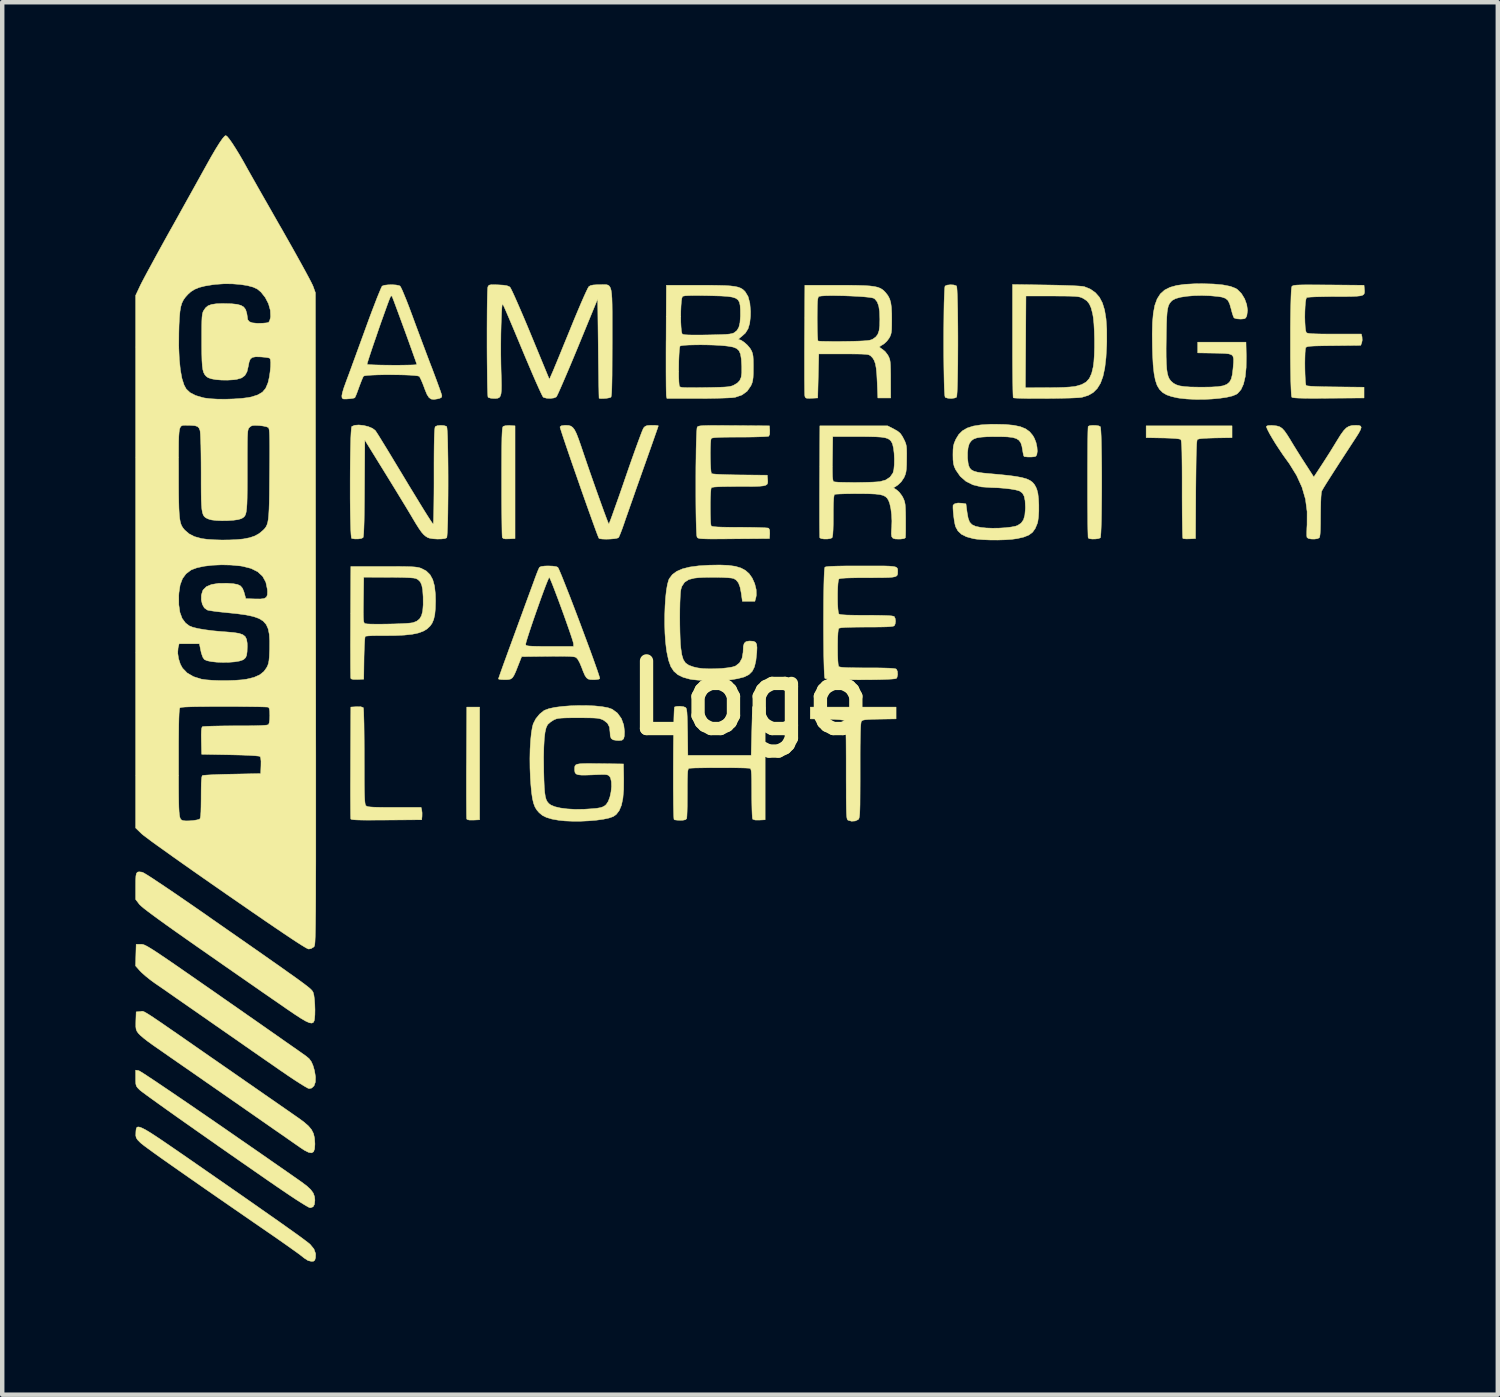
<source format=kicad_pcb>
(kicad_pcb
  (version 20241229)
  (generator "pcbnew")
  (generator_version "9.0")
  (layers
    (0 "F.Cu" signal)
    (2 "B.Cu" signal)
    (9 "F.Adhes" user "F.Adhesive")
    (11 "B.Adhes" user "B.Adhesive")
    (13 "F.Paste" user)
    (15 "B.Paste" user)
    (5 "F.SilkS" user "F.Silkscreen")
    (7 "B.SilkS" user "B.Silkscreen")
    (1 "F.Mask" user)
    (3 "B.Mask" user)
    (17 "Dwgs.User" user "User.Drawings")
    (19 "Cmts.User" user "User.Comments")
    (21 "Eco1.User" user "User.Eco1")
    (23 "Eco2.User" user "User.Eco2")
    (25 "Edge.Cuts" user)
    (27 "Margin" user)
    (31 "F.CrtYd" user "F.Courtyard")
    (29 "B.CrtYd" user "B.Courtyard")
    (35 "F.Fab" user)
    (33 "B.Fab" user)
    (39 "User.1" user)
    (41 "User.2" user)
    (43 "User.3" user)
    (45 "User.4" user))
  (footprint "Logo"
    (layer "F.Cu")
    (at 13.844 12.68)
    (property "Reference" "Logo" (at 0 0 0) (layer "F.SilkS") (effects (font (size 1.524 1.524) (thickness 0.3))))
    (attr through_hole)
    (fp_poly (pts (xy -6.084 2.746) (xy -6.223 2.753) (xy -6.314 2.753) (xy -6.363 2.741) (xy -6.375 2.729) (xy -6.377 2.699) (xy -6.379 2.626) (xy -6.38 2.513) (xy -6.381 2.366) (xy -6.382 2.19) (xy -6.382 1.988) (xy -6.382 1.766) (xy -6.381 1.529) (xy -6.38 1.451) (xy -6.374 0.206) (xy -6.084 0.206) (xy -6.084 2.746)) (stroke (width 0.01) (type solid)) (fill yes) (layer "F.SilkS"))
    (fp_poly (pts (xy -5.402 -6.14) (xy -5.286 -6.132) (xy -5.286 -3.592) (xy -5.422 -3.585) (xy -5.504 -3.584) (xy -5.55 -3.593) (xy -5.572 -3.614) (xy -5.573 -3.617) (xy -5.576 -3.649) (xy -5.579 -3.724) (xy -5.581 -3.837) (xy -5.583 -3.985) (xy -5.585 -4.162) (xy -5.587 -4.364) (xy -5.588 -4.586) (xy -5.588 -4.822) (xy -5.588 -4.873) (xy -5.588 -5.153) (xy -5.587 -5.389) (xy -5.586 -5.583) (xy -5.584 -5.741) (xy -5.582 -5.865) (xy -5.578 -5.959) (xy -5.574 -6.028) (xy -5.569 -6.075) (xy -5.562 -6.104) (xy -5.555 -6.118) (xy -5.554 -6.119) (xy -5.509 -6.134) (xy -5.437 -6.141) (xy -5.402 -6.14)) (stroke (width 0.01) (type solid)) (fill yes) (layer "F.SilkS"))
    (fp_poly (pts (xy 10.874 -5.866) (xy 10.495 -5.86) (xy 10.336 -5.855) (xy 10.221 -5.849) (xy 10.145 -5.841) (xy 10.101 -5.829) (xy 10.09 -5.821) (xy 10.083 -5.791) (xy 10.076 -5.717) (xy 10.071 -5.6) (xy 10.066 -5.439) (xy 10.063 -5.232) (xy 10.06 -4.978) (xy 10.057 -4.691) (xy 10.051 -3.592) (xy 9.917 -3.585) (xy 9.84 -3.584) (xy 9.784 -3.589) (xy 9.766 -3.595) (xy 9.762 -3.622) (xy 9.759 -3.693) (xy 9.756 -3.802) (xy 9.754 -3.944) (xy 9.751 -4.116) (xy 9.75 -4.311) (xy 9.749 -4.525) (xy 9.749 -4.706) (xy 9.749 -4.975) (xy 9.748 -5.198) (xy 9.746 -5.381) (xy 9.744 -5.527) (xy 9.741 -5.639) (xy 9.736 -5.721) (xy 9.731 -5.777) (xy 9.725 -5.811) (xy 9.717 -5.826) (xy 9.717 -5.826) (xy 9.68 -5.837) (xy 9.601 -5.847) (xy 9.486 -5.854) (xy 9.342 -5.859) (xy 9.312 -5.859) (xy 8.938 -5.866) (xy 8.938 -6.132) (xy 10.874 -6.132) (xy 10.874 -5.866)) (stroke (width 0.01) (type solid)) (fill yes) (layer "F.SilkS"))
    (fp_poly (pts (xy 7.801 -6.142) (xy 7.867 -6.132) (xy 7.905 -6.115) (xy 7.912 -6.085) (xy 7.918 -6.012) (xy 7.924 -5.901) (xy 7.928 -5.759) (xy 7.931 -5.591) (xy 7.934 -5.403) (xy 7.936 -5.201) (xy 7.937 -4.989) (xy 7.937 -4.775) (xy 7.936 -4.562) (xy 7.934 -4.357) (xy 7.932 -4.166) (xy 7.929 -3.994) (xy 7.924 -3.847) (xy 7.919 -3.731) (xy 7.913 -3.65) (xy 7.907 -3.611) (xy 7.905 -3.609) (xy 7.866 -3.592) (xy 7.8 -3.583) (xy 7.727 -3.581) (xy 7.665 -3.588) (xy 7.633 -3.604) (xy 7.629 -3.632) (xy 7.627 -3.704) (xy 7.624 -3.812) (xy 7.622 -3.953) (xy 7.621 -4.119) (xy 7.619 -4.306) (xy 7.618 -4.508) (xy 7.618 -4.719) (xy 7.618 -4.933) (xy 7.618 -5.146) (xy 7.619 -5.352) (xy 7.62 -5.544) (xy 7.621 -5.718) (xy 7.623 -5.868) (xy 7.625 -5.987) (xy 7.628 -6.072) (xy 7.631 -6.116) (xy 7.632 -6.12) (xy 7.665 -6.136) (xy 7.728 -6.143) (xy 7.801 -6.142)) (stroke (width 0.01) (type solid)) (fill yes) (layer "F.SilkS"))
    (fp_poly (pts (xy 4.599 -9.308) (xy 4.654 -9.291) (xy 4.664 -9.284) (xy 4.671 -9.254) (xy 4.677 -9.18) (xy 4.682 -9.07) (xy 4.686 -8.928) (xy 4.69 -8.76) (xy 4.692 -8.572) (xy 4.694 -8.37) (xy 4.695 -8.158) (xy 4.695 -7.943) (xy 4.694 -7.731) (xy 4.693 -7.526) (xy 4.69 -7.335) (xy 4.687 -7.163) (xy 4.683 -7.016) (xy 4.678 -6.9) (xy 4.672 -6.819) (xy 4.665 -6.78) (xy 4.664 -6.778) (xy 4.623 -6.76) (xy 4.556 -6.75) (xy 4.536 -6.749) (xy 4.466 -6.756) (xy 4.415 -6.772) (xy 4.408 -6.778) (xy 4.401 -6.809) (xy 4.395 -6.882) (xy 4.389 -6.992) (xy 4.385 -7.134) (xy 4.382 -7.302) (xy 4.379 -7.49) (xy 4.377 -7.693) (xy 4.376 -7.904) (xy 4.376 -8.119) (xy 4.377 -8.332) (xy 4.379 -8.536) (xy 4.381 -8.727) (xy 4.384 -8.899) (xy 4.389 -9.046) (xy 4.394 -9.163) (xy 4.399 -9.243) (xy 4.406 -9.282) (xy 4.408 -9.284) (xy 4.454 -9.304) (xy 4.525 -9.312) (xy 4.599 -9.308)) (stroke (width 0.01) (type solid)) (fill yes) (layer "F.SilkS"))
    (fp_poly (pts (xy -8.762 0.199) (xy -8.711 0.216) (xy -8.705 0.222) (xy -8.701 0.252) (xy -8.697 0.326) (xy -8.694 0.438) (xy -8.69 0.582) (xy -8.688 0.755) (xy -8.686 0.952) (xy -8.685 1.166) (xy -8.685 1.323) (xy -8.684 1.581) (xy -8.684 1.796) (xy -8.683 1.97) (xy -8.681 2.109) (xy -8.678 2.216) (xy -8.674 2.296) (xy -8.669 2.353) (xy -8.663 2.392) (xy -8.655 2.416) (xy -8.646 2.429) (xy -8.629 2.441) (xy -8.598 2.451) (xy -8.549 2.457) (xy -8.476 2.462) (xy -8.374 2.465) (xy -8.236 2.467) (xy -8.056 2.467) (xy -8.006 2.467) (xy -7.403 2.467) (xy -7.389 2.525) (xy -7.381 2.59) (xy -7.382 2.664) (xy -7.39 2.746) (xy -8.183 2.752) (xy -8.41 2.753) (xy -8.592 2.754) (xy -8.735 2.753) (xy -8.841 2.75) (xy -8.915 2.746) (xy -8.962 2.74) (xy -8.984 2.732) (xy -8.988 2.728) (xy -8.99 2.698) (xy -8.992 2.625) (xy -8.993 2.513) (xy -8.994 2.366) (xy -8.995 2.19) (xy -8.995 1.988) (xy -8.994 1.767) (xy -8.993 1.529) (xy -8.993 1.451) (xy -8.987 0.206) (xy -8.856 0.198) (xy -8.762 0.199)) (stroke (width 0.01) (type solid)) (fill yes) (layer "F.SilkS"))
    (fp_poly (pts (xy -13.77 8.399) (xy -13.741 8.414) (xy -13.674 8.455) (xy -13.573 8.521) (xy -13.438 8.61) (xy -13.273 8.721) (xy -13.079 8.852) (xy -12.86 9.001) (xy -12.616 9.167) (xy -12.351 9.349) (xy -12.067 9.544) (xy -11.766 9.752) (xy -11.45 9.971) (xy -11.121 10.198) (xy -10.782 10.434) (xy -10.435 10.675) (xy -10.109 10.903) (xy -9.98 10.999) (xy -9.891 11.082) (xy -9.834 11.16) (xy -9.805 11.241) (xy -9.797 11.32) (xy -9.807 11.414) (xy -9.838 11.469) (xy -9.893 11.49) (xy -9.908 11.49) (xy -9.94 11.477) (xy -10.007 11.439) (xy -10.103 11.38) (xy -10.224 11.303) (xy -10.363 11.211) (xy -10.517 11.107) (xy -10.623 11.035) (xy -10.886 10.854) (xy -11.154 10.668) (xy -11.425 10.48) (xy -11.695 10.292) (xy -11.962 10.106) (xy -12.221 9.924) (xy -12.471 9.749) (xy -12.707 9.583) (xy -12.927 9.428) (xy -13.128 9.285) (xy -13.306 9.158) (xy -13.458 9.049) (xy -13.582 8.959) (xy -13.674 8.891) (xy -13.731 8.847) (xy -13.746 8.834) (xy -13.793 8.787) (xy -13.82 8.748) (xy -13.833 8.7) (xy -13.837 8.628) (xy -13.837 8.568) (xy -13.837 8.389) (xy -13.77 8.399)) (stroke (width 0.01) (type solid)) (fill yes) (layer "F.SilkS"))
    (fp_poly (pts (xy 3.302 0.472) (xy 2.927 0.478) (xy 2.781 0.481) (xy 2.676 0.486) (xy 2.604 0.492) (xy 2.559 0.501) (xy 2.532 0.515) (xy 2.522 0.525) (xy 2.514 0.547) (xy 2.508 0.592) (xy 2.503 0.664) (xy 2.499 0.766) (xy 2.496 0.902) (xy 2.493 1.075) (xy 2.492 1.289) (xy 2.492 1.547) (xy 2.492 1.634) (xy 2.492 1.89) (xy 2.491 2.101) (xy 2.49 2.274) (xy 2.489 2.41) (xy 2.486 2.516) (xy 2.483 2.595) (xy 2.478 2.652) (xy 2.472 2.691) (xy 2.465 2.717) (xy 2.456 2.733) (xy 2.447 2.742) (xy 2.382 2.773) (xy 2.299 2.779) (xy 2.222 2.757) (xy 2.219 2.756) (xy 2.209 2.747) (xy 2.201 2.732) (xy 2.194 2.705) (xy 2.189 2.662) (xy 2.185 2.6) (xy 2.182 2.513) (xy 2.18 2.399) (xy 2.178 2.252) (xy 2.178 2.069) (xy 2.177 1.844) (xy 2.177 1.635) (xy 2.177 1.366) (xy 2.176 1.142) (xy 2.175 0.959) (xy 2.172 0.813) (xy 2.169 0.7) (xy 2.165 0.618) (xy 2.16 0.561) (xy 2.153 0.527) (xy 2.145 0.512) (xy 2.145 0.512) (xy 2.108 0.501) (xy 2.029 0.491) (xy 1.915 0.484) (xy 1.771 0.479) (xy 1.74 0.478) (xy 1.367 0.472) (xy 1.367 0.206) (xy 3.302 0.206) (xy 3.302 0.472)) (stroke (width 0.01) (type solid)) (fill yes) (layer "F.SilkS"))
    (fp_poly (pts (xy -13.728 9.679) (xy -13.671 9.704) (xy -13.595 9.745) (xy -13.498 9.804) (xy -13.376 9.883) (xy -13.228 9.982) (xy -13.05 10.104) (xy -12.839 10.249) (xy -12.593 10.419) (xy -12.417 10.541) (xy -12.021 10.816) (xy -11.664 11.064) (xy -11.343 11.287) (xy -11.059 11.486) (xy -10.809 11.661) (xy -10.592 11.813) (xy -10.408 11.944) (xy -10.253 12.054) (xy -10.128 12.144) (xy -10.031 12.216) (xy -9.961 12.269) (xy -9.915 12.306) (xy -9.902 12.318) (xy -9.818 12.421) (xy -9.78 12.527) (xy -9.783 12.615) (xy -9.799 12.672) (xy -9.827 12.695) (xy -9.877 12.699) (xy -9.953 12.68) (xy -10.041 12.623) (xy -10.063 12.605) (xy -10.112 12.566) (xy -10.194 12.505) (xy -10.304 12.427) (xy -10.434 12.334) (xy -10.578 12.233) (xy -10.729 12.128) (xy -10.729 12.128) (xy -11.178 11.819) (xy -11.588 11.536) (xy -11.959 11.28) (xy -12.292 11.049) (xy -12.589 10.842) (xy -12.85 10.66) (xy -13.075 10.502) (xy -13.267 10.367) (xy -13.425 10.254) (xy -13.55 10.163) (xy -13.643 10.094) (xy -13.705 10.046) (xy -13.734 10.02) (xy -13.793 9.96) (xy -13.823 9.914) (xy -13.834 9.865) (xy -13.832 9.793) (xy -13.832 9.79) (xy -13.829 9.748) (xy -13.824 9.713) (xy -13.815 9.687) (xy -13.797 9.672) (xy -13.769 9.669) (xy -13.728 9.679)) (stroke (width 0.01) (type solid)) (fill yes) (layer "F.SilkS"))
    (fp_poly (pts (xy -13.696 5.553) (xy -13.674 5.556) (xy -13.647 5.565) (xy -13.614 5.58) (xy -13.571 5.602) (xy -13.516 5.635) (xy -13.446 5.678) (xy -13.358 5.735) (xy -13.251 5.807) (xy -13.121 5.895) (xy -12.966 6.001) (xy -12.784 6.127) (xy -12.571 6.275) (xy -12.325 6.446) (xy -12.044 6.641) (xy -11.841 6.783) (xy -11.578 6.966) (xy -11.325 7.143) (xy -11.085 7.31) (xy -10.861 7.467) (xy -10.656 7.61) (xy -10.474 7.738) (xy -10.316 7.848) (xy -10.186 7.939) (xy -10.088 8.008) (xy -10.023 8.054) (xy -9.996 8.073) (xy -9.926 8.132) (xy -9.877 8.199) (xy -9.839 8.286) (xy -9.806 8.4) (xy -9.783 8.541) (xy -9.786 8.657) (xy -9.816 8.743) (xy -9.87 8.793) (xy -9.928 8.805) (xy -9.962 8.792) (xy -10.03 8.753) (xy -10.129 8.692) (xy -10.252 8.613) (xy -10.396 8.517) (xy -10.555 8.408) (xy -10.585 8.388) (xy -10.734 8.284) (xy -10.915 8.159) (xy -11.121 8.016) (xy -11.344 7.861) (xy -11.576 7.699) (xy -11.811 7.536) (xy -12.04 7.377) (xy -12.18 7.279) (xy -12.384 7.137) (xy -12.584 6.998) (xy -12.774 6.866) (xy -12.949 6.744) (xy -13.105 6.635) (xy -13.236 6.544) (xy -13.338 6.474) (xy -13.405 6.428) (xy -13.51 6.351) (xy -13.611 6.27) (xy -13.695 6.196) (xy -13.738 6.153) (xy -13.839 6.039) (xy -13.832 5.795) (xy -13.825 5.552) (xy -13.716 5.552) (xy -13.696 5.553)) (stroke (width 0.01) (type solid)) (fill yes) (layer "F.SilkS"))
    (fp_poly (pts (xy -13.706 3.925) (xy -13.686 3.929) (xy -13.651 3.946) (xy -13.579 3.989) (xy -13.471 4.058) (xy -13.331 4.151) (xy -13.159 4.266) (xy -12.958 4.402) (xy -12.731 4.558) (xy -12.478 4.732) (xy -12.203 4.923) (xy -12.137 4.97) (xy -11.79 5.212) (xy -11.48 5.428) (xy -11.206 5.619) (xy -10.965 5.787) (xy -10.755 5.935) (xy -10.573 6.062) (xy -10.419 6.172) (xy -10.288 6.264) (xy -10.18 6.342) (xy -10.091 6.407) (xy -10.02 6.46) (xy -9.965 6.502) (xy -9.923 6.536) (xy -9.893 6.563) (xy -9.871 6.585) (xy -9.856 6.603) (xy -9.846 6.618) (xy -9.838 6.633) (xy -9.836 6.637) (xy -9.82 6.698) (xy -9.807 6.792) (xy -9.799 6.907) (xy -9.795 7.029) (xy -9.797 7.143) (xy -9.805 7.236) (xy -9.812 7.275) (xy -9.832 7.314) (xy -9.867 7.329) (xy -9.922 7.321) (xy -10.001 7.286) (xy -10.108 7.224) (xy -10.248 7.133) (xy -10.27 7.118) (xy -10.341 7.07) (xy -10.448 6.997) (xy -10.586 6.901) (xy -10.753 6.786) (xy -10.944 6.654) (xy -11.155 6.507) (xy -11.382 6.35) (xy -11.622 6.183) (xy -11.871 6.01) (xy -12.124 5.833) (xy -12.129 5.83) (xy -12.439 5.614) (xy -12.71 5.424) (xy -12.946 5.258) (xy -13.147 5.115) (xy -13.316 4.993) (xy -13.454 4.892) (xy -13.565 4.809) (xy -13.649 4.744) (xy -13.708 4.694) (xy -13.746 4.659) (xy -13.756 4.647) (xy -13.837 4.541) (xy -13.837 4.241) (xy -13.836 4.107) (xy -13.831 4.014) (xy -13.819 3.956) (xy -13.796 3.927) (xy -13.76 3.919) (xy -13.706 3.925)) (stroke (width 0.01) (type solid)) (fill yes) (layer "F.SilkS"))
    (fp_poly (pts (xy -13.68 7.062) (xy -13.662 7.067) (xy -13.636 7.079) (xy -13.602 7.098) (xy -13.555 7.126) (xy -13.494 7.165) (xy -13.416 7.217) (xy -13.318 7.283) (xy -13.198 7.365) (xy -13.054 7.465) (xy -12.882 7.583) (xy -12.681 7.723) (xy -12.448 7.885) (xy -12.181 8.071) (xy -11.876 8.282) (xy -11.853 8.298) (xy -11.611 8.466) (xy -11.375 8.63) (xy -11.15 8.786) (xy -10.939 8.933) (xy -10.745 9.067) (xy -10.574 9.186) (xy -10.428 9.287) (xy -10.312 9.368) (xy -10.229 9.426) (xy -10.192 9.451) (xy -10.05 9.554) (xy -9.946 9.644) (xy -9.874 9.729) (xy -9.829 9.818) (xy -9.805 9.919) (xy -9.797 10.041) (xy -9.797 10.064) (xy -9.804 10.166) (xy -9.828 10.229) (xy -9.873 10.254) (xy -9.94 10.242) (xy -10.035 10.194) (xy -10.136 10.127) (xy -10.186 10.092) (xy -10.272 10.032) (xy -10.39 9.95) (xy -10.537 9.847) (xy -10.71 9.728) (xy -10.903 9.593) (xy -11.114 9.446) (xy -11.34 9.289) (xy -11.575 9.125) (xy -11.757 8.999) (xy -12 8.83) (xy -12.238 8.665) (xy -12.466 8.506) (xy -12.681 8.357) (xy -12.879 8.22) (xy -13.055 8.098) (xy -13.205 7.993) (xy -13.327 7.908) (xy -13.415 7.847) (xy -13.455 7.819) (xy -13.559 7.744) (xy -13.654 7.67) (xy -13.73 7.605) (xy -13.775 7.559) (xy -13.777 7.557) (xy -13.808 7.512) (xy -13.826 7.468) (xy -13.833 7.411) (xy -13.833 7.327) (xy -13.832 7.276) (xy -13.825 7.076) (xy -13.733 7.068) (xy -13.718 7.066) (xy -13.705 7.063) (xy -13.694 7.061) (xy -13.68 7.062)) (stroke (width 0.01) (type solid)) (fill yes) (layer "F.SilkS"))
    (fp_poly (pts (xy 13.733 -6.141) (xy 13.772 -6.127) (xy 13.785 -6.097) (xy 13.77 -6.046) (xy 13.728 -5.967) (xy 13.657 -5.855) (xy 13.647 -5.84) (xy 13.463 -5.558) (xy 13.305 -5.315) (xy 13.173 -5.11) (xy 13.067 -4.944) (xy 12.986 -4.816) (xy 12.93 -4.724) (xy 12.899 -4.668) (xy 12.893 -4.655) (xy 12.886 -4.612) (xy 12.879 -4.53) (xy 12.874 -4.416) (xy 12.871 -4.279) (xy 12.869 -4.129) (xy 12.869 -4.116) (xy 12.868 -3.931) (xy 12.865 -3.791) (xy 12.859 -3.693) (xy 12.85 -3.633) (xy 12.84 -3.609) (xy 12.796 -3.589) (xy 12.728 -3.58) (xy 12.655 -3.582) (xy 12.594 -3.595) (xy 12.563 -3.618) (xy 12.558 -3.657) (xy 12.558 -3.732) (xy 12.561 -3.831) (xy 12.565 -3.902) (xy 12.566 -4.199) (xy 12.529 -4.479) (xy 12.451 -4.748) (xy 12.33 -5.013) (xy 12.165 -5.281) (xy 12.109 -5.358) (xy 12.024 -5.476) (xy 11.94 -5.601) (xy 11.858 -5.726) (xy 11.785 -5.846) (xy 11.723 -5.952) (xy 11.678 -6.039) (xy 11.652 -6.098) (xy 11.649 -6.123) (xy 11.684 -6.138) (xy 11.759 -6.142) (xy 11.808 -6.139) (xy 11.885 -6.13) (xy 11.948 -6.111) (xy 12.003 -6.075) (xy 12.057 -6.016) (xy 12.119 -5.927) (xy 12.196 -5.803) (xy 12.199 -5.797) (xy 12.264 -5.69) (xy 12.345 -5.559) (xy 12.433 -5.419) (xy 12.518 -5.287) (xy 12.524 -5.278) (xy 12.717 -4.979) (xy 12.897 -5.253) (xy 12.985 -5.389) (xy 13.083 -5.543) (xy 13.177 -5.695) (xy 13.241 -5.8) (xy 13.322 -5.93) (xy 13.389 -6.023) (xy 13.449 -6.085) (xy 13.51 -6.122) (xy 13.578 -6.14) (xy 13.663 -6.144) (xy 13.666 -6.144) (xy 13.733 -6.141)) (stroke (width 0.01) (type solid)) (fill yes) (layer "F.SilkS"))
    (fp_poly (pts (xy 6.695 -9.307) (xy 6.919 -9.303) (xy 7.117 -9.297) (xy 7.283 -9.291) (xy 7.414 -9.284) (xy 7.504 -9.276) (xy 7.548 -9.268) (xy 7.682 -9.213) (xy 7.793 -9.135) (xy 7.883 -9.033) (xy 7.952 -8.903) (xy 8.002 -8.741) (xy 8.034 -8.543) (xy 8.05 -8.307) (xy 8.051 -8.029) (xy 8.048 -7.943) (xy 8.033 -7.668) (xy 8.006 -7.437) (xy 7.965 -7.247) (xy 7.909 -7.093) (xy 7.835 -6.973) (xy 7.743 -6.882) (xy 7.631 -6.818) (xy 7.496 -6.777) (xy 7.478 -6.774) (xy 7.424 -6.768) (xy 7.332 -6.763) (xy 7.212 -6.758) (xy 7.068 -6.755) (xy 6.909 -6.752) (xy 6.742 -6.75) (xy 6.574 -6.749) (xy 6.411 -6.749) (xy 6.262 -6.75) (xy 6.134 -6.753) (xy 6.033 -6.756) (xy 5.967 -6.76) (xy 5.943 -6.765) (xy 5.94 -6.792) (xy 5.937 -6.862) (xy 5.934 -6.972) (xy 5.934 -6.991) (xy 6.216 -6.991) (xy 6.707 -6.992) (xy 6.907 -6.994) (xy 7.08 -6.999) (xy 7.221 -7.008) (xy 7.322 -7.019) (xy 7.345 -7.023) (xy 7.483 -7.062) (xy 7.585 -7.119) (xy 7.659 -7.201) (xy 7.71 -7.315) (xy 7.745 -7.461) (xy 7.76 -7.577) (xy 7.77 -7.728) (xy 7.775 -7.901) (xy 7.775 -8.084) (xy 7.77 -8.266) (xy 7.761 -8.433) (xy 7.747 -8.574) (xy 7.732 -8.66) (xy 7.698 -8.791) (xy 7.656 -8.884) (xy 7.601 -8.951) (xy 7.524 -9.002) (xy 7.51 -9.01) (xy 7.476 -9.025) (xy 7.438 -9.037) (xy 7.39 -9.045) (xy 7.325 -9.051) (xy 7.236 -9.055) (xy 7.116 -9.057) (xy 6.959 -9.058) (xy 6.822 -9.059) (xy 6.229 -9.059) (xy 6.223 -8.025) (xy 6.216 -6.991) (xy 5.934 -6.991) (xy 5.932 -7.116) (xy 5.93 -7.291) (xy 5.928 -7.491) (xy 5.927 -7.713) (xy 5.927 -7.951) (xy 5.927 -8.05) (xy 5.927 -9.318) (xy 6.695 -9.307)) (stroke (width 0.01) (type solid)) (fill yes) (layer "F.SilkS"))
    (fp_poly (pts (xy -2.124 -6.143) (xy -2.072 -6.138) (xy -2.056 -6.133) (xy -2.064 -6.108) (xy -2.086 -6.043) (xy -2.122 -5.941) (xy -2.168 -5.809) (xy -2.224 -5.65) (xy -2.288 -5.469) (xy -2.358 -5.271) (xy -2.398 -5.159) (xy -2.475 -4.941) (xy -2.551 -4.727) (xy -2.622 -4.523) (xy -2.688 -4.336) (xy -2.745 -4.173) (xy -2.792 -4.04) (xy -2.825 -3.943) (xy -2.832 -3.922) (xy -2.871 -3.812) (xy -2.907 -3.717) (xy -2.936 -3.647) (xy -2.953 -3.614) (xy -2.988 -3.599) (xy -3.055 -3.588) (xy -3.141 -3.581) (xy -3.232 -3.578) (xy -3.314 -3.581) (xy -3.374 -3.588) (xy -3.395 -3.598) (xy -3.41 -3.632) (xy -3.439 -3.706) (xy -3.479 -3.814) (xy -3.529 -3.952) (xy -3.587 -4.114) (xy -3.652 -4.295) (xy -3.721 -4.49) (xy -3.793 -4.694) (xy -3.865 -4.902) (xy -3.937 -5.108) (xy -4.007 -5.309) (xy -4.072 -5.498) (xy -4.131 -5.671) (xy -4.182 -5.822) (xy -4.223 -5.946) (xy -4.253 -6.039) (xy -4.27 -6.095) (xy -4.272 -6.109) (xy -4.24 -6.134) (xy -4.165 -6.144) (xy -4.142 -6.144) (xy -4.079 -6.141) (xy -4.027 -6.126) (xy -3.984 -6.094) (xy -3.943 -6.04) (xy -3.902 -5.958) (xy -3.857 -5.842) (xy -3.802 -5.686) (xy -3.789 -5.647) (xy -3.728 -5.467) (xy -3.663 -5.276) (xy -3.595 -5.079) (xy -3.526 -4.882) (xy -3.458 -4.689) (xy -3.393 -4.507) (xy -3.333 -4.34) (xy -3.28 -4.194) (xy -3.235 -4.073) (xy -3.201 -3.984) (xy -3.179 -3.931) (xy -3.172 -3.919) (xy -3.161 -3.941) (xy -3.136 -4.005) (xy -3.099 -4.105) (xy -3.052 -4.238) (xy -2.995 -4.398) (xy -2.93 -4.581) (xy -2.86 -4.783) (xy -2.794 -4.975) (xy -2.719 -5.192) (xy -2.647 -5.397) (xy -2.58 -5.585) (xy -2.52 -5.75) (xy -2.469 -5.887) (xy -2.429 -5.993) (xy -2.4 -6.062) (xy -2.387 -6.087) (xy -2.354 -6.12) (xy -2.31 -6.138) (xy -2.24 -6.144) (xy -2.2 -6.144) (xy -2.124 -6.143)) (stroke (width 0.01) (type solid)) (fill yes) (layer "F.SilkS"))
    (fp_poly (pts (xy -1.49 0.197) (xy -1.44 0.217) (xy -1.44 0.217) (xy -1.428 0.235) (xy -1.418 0.27) (xy -1.411 0.327) (xy -1.406 0.413) (xy -1.402 0.533) (xy -1.399 0.693) (xy -1.397 0.771) (xy -1.391 1.294) (xy 0.036 1.294) (xy 0.05 0.75) (xy 0.054 0.593) (xy 0.058 0.453) (xy 0.061 0.337) (xy 0.064 0.252) (xy 0.067 0.205) (xy 0.068 0.198) (xy 0.092 0.196) (xy 0.151 0.196) (xy 0.212 0.198) (xy 0.351 0.206) (xy 0.351 2.746) (xy 0.22 2.753) (xy 0.126 2.752) (xy 0.075 2.736) (xy 0.069 2.729) (xy 0.063 2.696) (xy 0.058 2.623) (xy 0.054 2.516) (xy 0.051 2.382) (xy 0.049 2.23) (xy 0.049 2.149) (xy 0.048 1.971) (xy 0.047 1.834) (xy 0.044 1.735) (xy 0.039 1.666) (xy 0.033 1.623) (xy 0.023 1.598) (xy 0.011 1.588) (xy 0.01 1.587) (xy -0.025 1.583) (xy -0.1 1.579) (xy -0.209 1.576) (xy -0.342 1.574) (xy -0.492 1.573) (xy -0.651 1.573) (xy -0.811 1.573) (xy -0.965 1.574) (xy -1.105 1.576) (xy -1.222 1.578) (xy -1.309 1.582) (xy -1.358 1.586) (xy -1.365 1.587) (xy -1.377 1.597) (xy -1.387 1.62) (xy -1.394 1.662) (xy -1.398 1.729) (xy -1.401 1.826) (xy -1.403 1.96) (xy -1.403 2.136) (xy -1.403 2.141) (xy -1.404 2.3) (xy -1.405 2.444) (xy -1.408 2.565) (xy -1.412 2.656) (xy -1.416 2.71) (xy -1.418 2.719) (xy -1.443 2.744) (xy -1.5 2.756) (xy -1.559 2.758) (xy -1.633 2.755) (xy -1.687 2.748) (xy -1.701 2.742) (xy -1.706 2.713) (xy -1.71 2.642) (xy -1.713 2.534) (xy -1.716 2.395) (xy -1.717 2.229) (xy -1.719 2.043) (xy -1.719 1.841) (xy -1.719 1.63) (xy -1.718 1.415) (xy -1.717 1.202) (xy -1.715 0.995) (xy -1.712 0.801) (xy -1.709 0.625) (xy -1.706 0.473) (xy -1.702 0.349) (xy -1.698 0.26) (xy -1.693 0.211) (xy -1.69 0.204) (xy -1.638 0.19) (xy -1.563 0.188) (xy -1.49 0.197)) (stroke (width 0.01) (type solid)) (fill yes) (layer "F.SilkS"))
    (fp_poly (pts (xy -8.036 -2.963) (xy -7.866 -2.962) (xy -7.733 -2.96) (xy -7.63 -2.957) (xy -7.552 -2.952) (xy -7.493 -2.945) (xy -7.448 -2.936) (xy -7.409 -2.924) (xy -7.397 -2.919) (xy -7.287 -2.861) (xy -7.202 -2.778) (xy -7.141 -2.667) (xy -7.101 -2.522) (xy -7.081 -2.34) (xy -7.077 -2.189) (xy -7.082 -2.012) (xy -7.095 -1.875) (xy -7.12 -1.768) (xy -7.156 -1.683) (xy -7.2 -1.621) (xy -7.269 -1.555) (xy -7.357 -1.503) (xy -7.468 -1.463) (xy -7.608 -1.434) (xy -7.782 -1.416) (xy -7.993 -1.406) (xy -8.248 -1.405) (xy -8.253 -1.405) (xy -8.385 -1.405) (xy -8.501 -1.403) (xy -8.592 -1.398) (xy -8.648 -1.392) (xy -8.662 -1.387) (xy -8.669 -1.357) (xy -8.675 -1.287) (xy -8.681 -1.183) (xy -8.686 -1.055) (xy -8.69 -0.91) (xy -8.69 -0.894) (xy -8.696 -0.423) (xy -8.836 -0.416) (xy -8.927 -0.416) (xy -8.976 -0.428) (xy -8.987 -0.44) (xy -8.99 -0.47) (xy -8.991 -0.543) (xy -8.993 -0.656) (xy -8.994 -0.802) (xy -8.994 -0.979) (xy -8.995 -1.181) (xy -8.994 -1.403) (xy -8.993 -1.64) (xy -8.993 -1.718) (xy -8.992 -1.908) (xy -8.706 -1.908) (xy -8.704 -1.815) (xy -8.701 -1.753) (xy -8.695 -1.713) (xy -8.685 -1.691) (xy -8.672 -1.679) (xy -8.662 -1.675) (xy -8.619 -1.668) (xy -8.537 -1.664) (xy -8.426 -1.663) (xy -8.294 -1.663) (xy -8.15 -1.665) (xy -8.005 -1.668) (xy -7.868 -1.673) (xy -7.747 -1.679) (xy -7.652 -1.687) (xy -7.592 -1.695) (xy -7.587 -1.696) (xy -7.502 -1.729) (xy -7.438 -1.78) (xy -7.394 -1.854) (xy -7.367 -1.958) (xy -7.356 -2.097) (xy -7.357 -2.277) (xy -7.358 -2.295) (xy -7.368 -2.439) (xy -7.389 -2.544) (xy -7.422 -2.617) (xy -7.472 -2.666) (xy -7.518 -2.691) (xy -7.57 -2.702) (xy -7.668 -2.71) (xy -7.812 -2.716) (xy -7.999 -2.719) (xy -8.14 -2.72) (xy -8.696 -2.721) (xy -8.703 -2.207) (xy -8.705 -2.036) (xy -8.706 -1.908) (xy -8.992 -1.908) (xy -8.987 -2.963) (xy -8.249 -2.963) (xy -8.036 -2.963)) (stroke (width 0.01) (type solid)) (fill yes) (layer "F.SilkS"))
    (fp_poly (pts (xy 12.826 -9.309) (xy 13.044 -9.308) (xy 13.051 -9.308) (xy 13.849 -9.301) (xy 13.857 -9.209) (xy 13.86 -9.161) (xy 13.857 -9.124) (xy 13.844 -9.096) (xy 13.815 -9.076) (xy 13.764 -9.062) (xy 13.687 -9.054) (xy 13.578 -9.049) (xy 13.432 -9.047) (xy 13.244 -9.047) (xy 13.199 -9.047) (xy 13.031 -9.046) (xy 12.878 -9.043) (xy 12.746 -9.04) (xy 12.644 -9.035) (xy 12.578 -9.029) (xy 12.556 -9.024) (xy 12.541 -8.991) (xy 12.529 -8.92) (xy 12.521 -8.822) (xy 12.516 -8.707) (xy 12.514 -8.585) (xy 12.517 -8.466) (xy 12.523 -8.362) (xy 12.533 -8.282) (xy 12.546 -8.237) (xy 12.549 -8.234) (xy 12.569 -8.223) (xy 12.608 -8.215) (xy 12.672 -8.209) (xy 12.766 -8.205) (xy 12.894 -8.202) (xy 13.062 -8.201) (xy 13.185 -8.201) (xy 13.788 -8.201) (xy 13.804 -8.137) (xy 13.808 -8.063) (xy 13.798 -8.01) (xy 13.775 -7.947) (xy 13.166 -7.94) (xy 12.977 -7.938) (xy 12.831 -7.935) (xy 12.722 -7.932) (xy 12.644 -7.927) (xy 12.592 -7.921) (xy 12.56 -7.913) (xy 12.542 -7.902) (xy 12.534 -7.892) (xy 12.526 -7.852) (xy 12.52 -7.775) (xy 12.517 -7.672) (xy 12.515 -7.552) (xy 12.516 -7.426) (xy 12.519 -7.302) (xy 12.524 -7.192) (xy 12.53 -7.106) (xy 12.539 -7.052) (xy 12.544 -7.041) (xy 12.576 -7.033) (xy 12.653 -7.025) (xy 12.773 -7.019) (xy 12.93 -7.014) (xy 13.123 -7.011) (xy 13.209 -7.01) (xy 13.849 -7.003) (xy 13.849 -6.761) (xy 13.05 -6.755) (xy 12.816 -6.753) (xy 12.627 -6.753) (xy 12.479 -6.755) (xy 12.368 -6.758) (xy 12.291 -6.763) (xy 12.243 -6.769) (xy 12.221 -6.778) (xy 12.221 -6.778) (xy 12.214 -6.809) (xy 12.208 -6.882) (xy 12.203 -6.993) (xy 12.198 -7.135) (xy 12.195 -7.303) (xy 12.192 -7.491) (xy 12.19 -7.693) (xy 12.19 -7.904) (xy 12.19 -8.119) (xy 12.19 -8.331) (xy 12.192 -8.535) (xy 12.195 -8.725) (xy 12.199 -8.896) (xy 12.203 -9.042) (xy 12.208 -9.157) (xy 12.215 -9.235) (xy 12.222 -9.272) (xy 12.222 -9.273) (xy 12.234 -9.284) (xy 12.254 -9.293) (xy 12.287 -9.3) (xy 12.338 -9.305) (xy 12.413 -9.308) (xy 12.516 -9.31) (xy 12.652 -9.31) (xy 12.826 -9.309)) (stroke (width 0.01) (type solid)) (fill yes) (layer "F.SilkS"))
    (fp_poly (pts (xy -0.478 -2.988) (xy -0.32 -2.966) (xy -0.194 -2.928) (xy -0.092 -2.873) (xy -0.01 -2.8) (xy 0.057 -2.705) (xy 0.059 -2.702) (xy 0.116 -2.575) (xy 0.149 -2.441) (xy 0.152 -2.316) (xy 0.143 -2.265) (xy 0.119 -2.177) (xy -0.162 -2.177) (xy -0.187 -2.359) (xy -0.214 -2.497) (xy -0.251 -2.594) (xy -0.303 -2.658) (xy -0.358 -2.691) (xy -0.409 -2.702) (xy -0.497 -2.71) (xy -0.613 -2.716) (xy -0.746 -2.719) (xy -0.885 -2.719) (xy -1.021 -2.717) (xy -1.141 -2.711) (xy -1.237 -2.701) (xy -1.24 -2.701) (xy -1.371 -2.668) (xy -1.464 -2.608) (xy -1.525 -2.517) (xy -1.546 -2.452) (xy -1.556 -2.388) (xy -1.563 -2.284) (xy -1.569 -2.149) (xy -1.572 -1.993) (xy -1.573 -1.825) (xy -1.572 -1.652) (xy -1.569 -1.484) (xy -1.564 -1.331) (xy -1.557 -1.2) (xy -1.549 -1.12) (xy -1.527 -0.972) (xy -1.494 -0.864) (xy -1.444 -0.788) (xy -1.369 -0.736) (xy -1.262 -0.698) (xy -1.165 -0.676) (xy -1.058 -0.662) (xy -0.926 -0.656) (xy -0.781 -0.657) (xy -0.636 -0.664) (xy -0.502 -0.678) (xy -0.392 -0.696) (xy -0.318 -0.719) (xy -0.317 -0.719) (xy -0.228 -0.789) (xy -0.17 -0.893) (xy -0.146 -1.029) (xy -0.145 -1.06) (xy -0.14 -1.166) (xy -0.12 -1.233) (xy -0.079 -1.269) (xy -0.013 -1.282) (xy 0.01 -1.282) (xy 0.085 -1.277) (xy 0.133 -1.256) (xy 0.159 -1.211) (xy 0.167 -1.134) (xy 0.162 -1.018) (xy 0.161 -1.014) (xy 0.142 -0.837) (xy 0.11 -0.7) (xy 0.059 -0.599) (xy -0.016 -0.525) (xy -0.123 -0.472) (xy -0.267 -0.435) (xy -0.399 -0.412) (xy -0.525 -0.4) (xy -0.678 -0.392) (xy -0.844 -0.39) (xy -1.011 -0.393) (xy -1.164 -0.401) (xy -1.291 -0.414) (xy -1.349 -0.424) (xy -1.499 -0.466) (xy -1.616 -0.523) (xy -1.706 -0.601) (xy -1.775 -0.707) (xy -1.825 -0.846) (xy -1.863 -1.025) (xy -1.874 -1.092) (xy -1.894 -1.266) (xy -1.907 -1.459) (xy -1.913 -1.663) (xy -1.912 -1.868) (xy -1.905 -2.069) (xy -1.893 -2.256) (xy -1.875 -2.422) (xy -1.851 -2.559) (xy -1.823 -2.659) (xy -1.808 -2.69) (xy -1.74 -2.78) (xy -1.643 -2.852) (xy -1.515 -2.908) (xy -1.35 -2.95) (xy -1.146 -2.977) (xy -0.906 -2.992) (xy -0.671 -2.996) (xy -0.478 -2.988)) (stroke (width 0.01) (type solid)) (fill yes) (layer "F.SilkS"))
    (fp_poly (pts (xy -4.438 -2.971) (xy -4.361 -2.96) (xy -4.323 -2.945) (xy -4.307 -2.918) (xy -4.277 -2.85) (xy -4.234 -2.748) (xy -4.181 -2.615) (xy -4.119 -2.458) (xy -4.049 -2.281) (xy -3.975 -2.088) (xy -3.898 -1.886) (xy -3.82 -1.68) (xy -3.743 -1.473) (xy -3.668 -1.272) (xy -3.597 -1.081) (xy -3.533 -0.905) (xy -3.478 -0.75) (xy -3.432 -0.62) (xy -3.399 -0.521) (xy -3.379 -0.457) (xy -3.376 -0.434) (xy -3.406 -0.421) (xy -3.468 -0.413) (xy -3.521 -0.411) (xy -3.589 -0.414) (xy -3.638 -0.426) (xy -3.677 -0.456) (xy -3.712 -0.51) (xy -3.75 -0.597) (xy -3.788 -0.697) (xy -3.83 -0.796) (xy -3.873 -0.872) (xy -3.907 -0.909) (xy -3.932 -0.921) (xy -3.973 -0.929) (xy -4.035 -0.935) (xy -4.124 -0.938) (xy -4.246 -0.94) (xy -4.406 -0.939) (xy -4.549 -0.938) (xy -5.137 -0.931) (xy -5.224 -0.711) (xy -5.272 -0.589) (xy -5.311 -0.506) (xy -5.346 -0.454) (xy -5.386 -0.426) (xy -5.438 -0.414) (xy -5.507 -0.411) (xy -5.518 -0.411) (xy -5.594 -0.414) (xy -5.646 -0.421) (xy -5.661 -0.429) (xy -5.652 -0.455) (xy -5.629 -0.522) (xy -5.593 -0.624) (xy -5.545 -0.759) (xy -5.486 -0.92) (xy -5.42 -1.103) (xy -5.384 -1.199) (xy -5.048 -1.199) (xy -5.038 -1.187) (xy -5.014 -1.177) (xy -4.972 -1.17) (xy -4.904 -1.166) (xy -4.806 -1.163) (xy -4.671 -1.161) (xy -4.5 -1.161) (xy -3.967 -1.161) (xy -3.967 -1.216) (xy -3.975 -1.253) (xy -3.997 -1.326) (xy -4.031 -1.429) (xy -4.075 -1.557) (xy -4.126 -1.702) (xy -4.181 -1.857) (xy -4.239 -2.017) (xy -4.297 -2.175) (xy -4.353 -2.324) (xy -4.404 -2.458) (xy -4.448 -2.571) (xy -4.483 -2.656) (xy -4.506 -2.706) (xy -4.514 -2.717) (xy -4.529 -2.694) (xy -4.556 -2.631) (xy -4.594 -2.536) (xy -4.64 -2.414) (xy -4.692 -2.272) (xy -4.747 -2.118) (xy -4.804 -1.957) (xy -4.86 -1.796) (xy -4.913 -1.641) (xy -4.96 -1.5) (xy -4.999 -1.379) (xy -5.029 -1.283) (xy -5.045 -1.221) (xy -5.048 -1.199) (xy -5.384 -1.199) (xy -5.346 -1.304) (xy -5.283 -1.476) (xy -5.203 -1.696) (xy -5.124 -1.91) (xy -5.051 -2.111) (xy -4.984 -2.293) (xy -4.926 -2.451) (xy -4.879 -2.579) (xy -4.845 -2.672) (xy -4.832 -2.709) (xy -4.796 -2.804) (xy -4.764 -2.884) (xy -4.74 -2.935) (xy -4.734 -2.945) (xy -4.695 -2.963) (xy -4.613 -2.973) (xy -4.537 -2.975) (xy -4.438 -2.971)) (stroke (width 0.01) (type solid)) (fill yes) (layer "F.SilkS"))
    (fp_poly (pts (xy -8.7 -6.141) (xy -8.593 -6.115) (xy -8.5 -6.076) (xy -8.436 -6.028) (xy -8.415 -5.997) (xy -8.372 -5.931) (xy -8.312 -5.834) (xy -8.237 -5.712) (xy -8.15 -5.57) (xy -8.055 -5.413) (xy -8.015 -5.346) (xy -7.832 -5.044) (xy -7.674 -4.781) (xy -7.537 -4.557) (xy -7.423 -4.37) (xy -7.329 -4.217) (xy -7.254 -4.098) (xy -7.198 -4.011) (xy -7.159 -3.953) (xy -7.136 -3.924) (xy -7.13 -3.92) (xy -7.126 -3.943) (xy -7.123 -4.01) (xy -7.12 -4.115) (xy -7.117 -4.255) (xy -7.115 -4.423) (xy -7.113 -4.615) (xy -7.112 -4.827) (xy -7.112 -5.003) (xy -7.112 -5.279) (xy -7.111 -5.51) (xy -7.109 -5.698) (xy -7.106 -5.848) (xy -7.102 -5.961) (xy -7.097 -6.041) (xy -7.091 -6.091) (xy -7.084 -6.114) (xy -7.083 -6.115) (xy -7.037 -6.136) (xy -6.966 -6.143) (xy -6.892 -6.139) (xy -6.836 -6.122) (xy -6.827 -6.115) (xy -6.82 -6.085) (xy -6.814 -6.012) (xy -6.808 -5.901) (xy -6.804 -5.759) (xy -6.801 -5.591) (xy -6.798 -5.403) (xy -6.796 -5.201) (xy -6.795 -4.989) (xy -6.795 -4.775) (xy -6.796 -4.562) (xy -6.798 -4.357) (xy -6.8 -4.166) (xy -6.803 -3.994) (xy -6.808 -3.847) (xy -6.813 -3.731) (xy -6.819 -3.65) (xy -6.825 -3.611) (xy -6.827 -3.609) (xy -6.869 -3.592) (xy -6.944 -3.583) (xy -7.036 -3.581) (xy -7.13 -3.587) (xy -7.21 -3.6) (xy -7.252 -3.614) (xy -7.299 -3.643) (xy -7.344 -3.681) (xy -7.391 -3.734) (xy -7.445 -3.81) (xy -7.512 -3.915) (xy -7.596 -4.055) (xy -7.608 -4.076) (xy -7.667 -4.175) (xy -7.747 -4.308) (xy -7.843 -4.465) (xy -7.95 -4.641) (xy -8.063 -4.825) (xy -8.178 -5.012) (xy -8.233 -5.101) (xy -8.672 -5.812) (xy -8.679 -4.729) (xy -8.681 -4.436) (xy -8.684 -4.19) (xy -8.687 -3.99) (xy -8.692 -3.834) (xy -8.697 -3.72) (xy -8.704 -3.647) (xy -8.711 -3.614) (xy -8.712 -3.613) (xy -8.751 -3.594) (xy -8.818 -3.584) (xy -8.894 -3.583) (xy -8.958 -3.593) (xy -8.969 -3.596) (xy -8.976 -3.623) (xy -8.983 -3.692) (xy -8.989 -3.799) (xy -8.993 -3.937) (xy -8.997 -4.102) (xy -9 -4.288) (xy -9.002 -4.488) (xy -9.002 -4.698) (xy -9.002 -4.913) (xy -9.001 -5.126) (xy -8.999 -5.332) (xy -8.996 -5.525) (xy -8.992 -5.701) (xy -8.988 -5.853) (xy -8.982 -5.975) (xy -8.975 -6.064) (xy -8.968 -6.112) (xy -8.965 -6.118) (xy -8.9 -6.145) (xy -8.807 -6.152) (xy -8.7 -6.141)) (stroke (width 0.01) (type solid)) (fill yes) (layer "F.SilkS"))
    (fp_poly (pts (xy -0.575 -6.14) (xy -0.357 -6.139) (xy -0.351 -6.139) (xy 0.448 -6.132) (xy 0.455 -6.026) (xy 0.453 -5.943) (xy 0.432 -5.9) (xy 0.431 -5.899) (xy 0.399 -5.894) (xy 0.325 -5.889) (xy 0.217 -5.885) (xy 0.081 -5.881) (xy -0.076 -5.879) (xy -0.221 -5.879) (xy -0.424 -5.878) (xy -0.583 -5.876) (xy -0.702 -5.872) (xy -0.785 -5.867) (xy -0.837 -5.859) (xy -0.862 -5.85) (xy -0.864 -5.848) (xy -0.873 -5.813) (xy -0.879 -5.74) (xy -0.883 -5.641) (xy -0.885 -5.525) (xy -0.884 -5.403) (xy -0.881 -5.285) (xy -0.876 -5.182) (xy -0.869 -5.103) (xy -0.86 -5.061) (xy -0.857 -5.057) (xy -0.826 -5.049) (xy -0.75 -5.042) (xy -0.636 -5.036) (xy -0.486 -5.031) (xy -0.307 -5.027) (xy -0.217 -5.026) (xy 0.399 -5.02) (xy 0.407 -4.927) (xy 0.41 -4.879) (xy 0.407 -4.842) (xy 0.394 -4.814) (xy 0.364 -4.794) (xy 0.313 -4.78) (xy 0.235 -4.772) (xy 0.125 -4.767) (xy -0.022 -4.766) (xy -0.212 -4.766) (xy -0.243 -4.766) (xy -0.442 -4.765) (xy -0.597 -4.763) (xy -0.712 -4.759) (xy -0.792 -4.754) (xy -0.84 -4.746) (xy -0.862 -4.737) (xy -0.863 -4.735) (xy -0.871 -4.699) (xy -0.877 -4.625) (xy -0.882 -4.523) (xy -0.885 -4.404) (xy -0.885 -4.277) (xy -0.884 -4.152) (xy -0.881 -4.039) (xy -0.877 -3.949) (xy -0.87 -3.892) (xy -0.865 -3.877) (xy -0.844 -3.867) (xy -0.797 -3.859) (xy -0.719 -3.853) (xy -0.607 -3.849) (xy -0.455 -3.847) (xy -0.26 -3.846) (xy -0.221 -3.846) (xy -0.051 -3.845) (xy 0.103 -3.843) (xy 0.235 -3.839) (xy 0.339 -3.835) (xy 0.407 -3.83) (xy 0.431 -3.825) (xy 0.452 -3.785) (xy 0.455 -3.704) (xy 0.455 -3.699) (xy 0.448 -3.592) (xy -0.356 -3.586) (xy -0.574 -3.584) (xy -0.749 -3.583) (xy -0.886 -3.583) (xy -0.989 -3.585) (xy -1.064 -3.588) (xy -1.115 -3.592) (xy -1.148 -3.599) (xy -1.168 -3.607) (xy -1.179 -3.618) (xy -1.184 -3.627) (xy -1.191 -3.663) (xy -1.196 -3.741) (xy -1.201 -3.856) (xy -1.205 -4.002) (xy -1.208 -4.172) (xy -1.21 -4.363) (xy -1.211 -4.567) (xy -1.211 -4.779) (xy -1.211 -4.993) (xy -1.21 -5.204) (xy -1.207 -5.405) (xy -1.205 -5.592) (xy -1.201 -5.759) (xy -1.196 -5.899) (xy -1.191 -6.007) (xy -1.185 -6.078) (xy -1.179 -6.104) (xy -1.168 -6.115) (xy -1.148 -6.124) (xy -1.115 -6.131) (xy -1.063 -6.136) (xy -0.989 -6.139) (xy -0.886 -6.141) (xy -0.749 -6.141) (xy -0.575 -6.14)) (stroke (width 0.01) (type solid)) (fill yes) (layer "F.SilkS"))
    (fp_poly (pts (xy 10.456 -9.329) (xy 10.669 -9.309) (xy 10.837 -9.276) (xy 10.957 -9.23) (xy 10.995 -9.205) (xy 11.086 -9.113) (xy 11.158 -8.995) (xy 11.205 -8.865) (xy 11.223 -8.736) (xy 11.208 -8.621) (xy 11.203 -8.606) (xy 11.182 -8.565) (xy 11.151 -8.546) (xy 11.092 -8.54) (xy 11.059 -8.539) (xy 10.983 -8.545) (xy 10.93 -8.56) (xy 10.917 -8.569) (xy 10.9 -8.607) (xy 10.877 -8.677) (xy 10.854 -8.765) (xy 10.853 -8.769) (xy 10.82 -8.883) (xy 10.782 -8.959) (xy 10.727 -9.006) (xy 10.646 -9.034) (xy 10.557 -9.048) (xy 10.376 -9.065) (xy 10.193 -9.071) (xy 10.016 -9.067) (xy 9.852 -9.053) (xy 9.711 -9.031) (xy 9.601 -9) (xy 9.53 -8.962) (xy 9.528 -8.961) (xy 9.492 -8.925) (xy 9.463 -8.886) (xy 9.44 -8.838) (xy 9.424 -8.775) (xy 9.411 -8.691) (xy 9.403 -8.581) (xy 9.397 -8.437) (xy 9.393 -8.255) (xy 9.391 -8.112) (xy 9.388 -7.877) (xy 9.389 -7.686) (xy 9.394 -7.533) (xy 9.402 -7.412) (xy 9.416 -7.319) (xy 9.435 -7.247) (xy 9.46 -7.191) (xy 9.493 -7.147) (xy 9.506 -7.134) (xy 9.557 -7.09) (xy 9.619 -7.057) (xy 9.696 -7.033) (xy 9.798 -7.018) (xy 9.929 -7.008) (xy 10.099 -7.005) (xy 10.208 -7.004) (xy 10.404 -7.007) (xy 10.557 -7.016) (xy 10.673 -7.035) (xy 10.758 -7.068) (xy 10.817 -7.118) (xy 10.856 -7.189) (xy 10.88 -7.285) (xy 10.895 -7.41) (xy 10.899 -7.453) (xy 10.908 -7.562) (xy 10.909 -7.642) (xy 10.896 -7.698) (xy 10.863 -7.734) (xy 10.805 -7.754) (xy 10.715 -7.764) (xy 10.586 -7.769) (xy 10.48 -7.771) (xy 10.1 -7.777) (xy 10.1 -8.019) (xy 11.188 -8.019) (xy 11.195 -7.7) (xy 11.192 -7.448) (xy 11.171 -7.239) (xy 11.132 -7.073) (xy 11.075 -6.948) (xy 10.999 -6.862) (xy 10.969 -6.842) (xy 10.88 -6.806) (xy 10.752 -6.776) (xy 10.594 -6.753) (xy 10.416 -6.737) (xy 10.228 -6.728) (xy 10.037 -6.729) (xy 9.855 -6.738) (xy 9.689 -6.756) (xy 9.644 -6.763) (xy 9.511 -6.793) (xy 9.4 -6.831) (xy 9.311 -6.883) (xy 9.24 -6.953) (xy 9.185 -7.045) (xy 9.145 -7.165) (xy 9.116 -7.317) (xy 9.096 -7.504) (xy 9.084 -7.733) (xy 9.079 -7.899) (xy 9.075 -8.2) (xy 9.081 -8.456) (xy 9.1 -8.672) (xy 9.134 -8.85) (xy 9.186 -8.993) (xy 9.259 -9.107) (xy 9.355 -9.193) (xy 9.478 -9.255) (xy 9.629 -9.297) (xy 9.811 -9.322) (xy 10.028 -9.334) (xy 10.196 -9.336) (xy 10.456 -9.329)) (stroke (width 0.01) (type solid)) (fill yes) (layer "F.SilkS"))
    (fp_poly (pts (xy 1.996 -9.301) (xy 2.235 -9.301) (xy 2.431 -9.298) (xy 2.589 -9.293) (xy 2.714 -9.285) (xy 2.813 -9.272) (xy 2.889 -9.255) (xy 2.949 -9.231) (xy 2.998 -9.201) (xy 3.04 -9.163) (xy 3.069 -9.132) (xy 3.12 -9.065) (xy 3.157 -8.994) (xy 3.182 -8.909) (xy 3.197 -8.801) (xy 3.204 -8.661) (xy 3.205 -8.539) (xy 3.204 -8.405) (xy 3.202 -8.308) (xy 3.195 -8.24) (xy 3.183 -8.189) (xy 3.165 -8.145) (xy 3.147 -8.112) (xy 3.094 -8.04) (xy 3.03 -7.981) (xy 3.008 -7.967) (xy 2.956 -7.936) (xy 2.928 -7.913) (xy 2.927 -7.91) (xy 2.946 -7.89) (xy 2.991 -7.859) (xy 3 -7.853) (xy 3.057 -7.805) (xy 3.111 -7.734) (xy 3.126 -7.709) (xy 3.145 -7.669) (xy 3.16 -7.627) (xy 3.169 -7.575) (xy 3.175 -7.504) (xy 3.178 -7.407) (xy 3.18 -7.274) (xy 3.18 -7.185) (xy 3.181 -6.761) (xy 2.891 -6.761) (xy 2.876 -7.124) (xy 2.867 -7.298) (xy 2.854 -7.431) (xy 2.836 -7.531) (xy 2.809 -7.606) (xy 2.774 -7.664) (xy 2.734 -7.705) (xy 2.714 -7.72) (xy 2.689 -7.732) (xy 2.653 -7.741) (xy 2.598 -7.746) (xy 2.52 -7.75) (xy 2.411 -7.752) (xy 2.264 -7.753) (xy 2.12 -7.753) (xy 1.56 -7.753) (xy 1.548 -7.257) (xy 1.536 -6.761) (xy 1.398 -6.754) (xy 1.319 -6.752) (xy 1.275 -6.758) (xy 1.255 -6.776) (xy 1.246 -6.802) (xy 1.243 -6.837) (xy 1.241 -6.915) (xy 1.24 -7.032) (xy 1.238 -7.182) (xy 1.238 -7.362) (xy 1.238 -7.566) (xy 1.238 -7.789) (xy 1.239 -8.027) (xy 1.239 -8.08) (xy 1.242 -8.54) (xy 1.524 -8.54) (xy 1.525 -8.393) (xy 1.527 -8.262) (xy 1.531 -8.156) (xy 1.536 -8.081) (xy 1.541 -8.047) (xy 1.542 -8.046) (xy 1.57 -8.041) (xy 1.64 -8.037) (xy 1.744 -8.035) (xy 1.876 -8.034) (xy 2.028 -8.034) (xy 2.129 -8.035) (xy 2.314 -8.038) (xy 2.458 -8.042) (xy 2.566 -8.047) (xy 2.646 -8.053) (xy 2.703 -8.061) (xy 2.744 -8.072) (xy 2.775 -8.086) (xy 2.775 -8.086) (xy 2.842 -8.133) (xy 2.889 -8.193) (xy 2.918 -8.275) (xy 2.933 -8.388) (xy 2.936 -8.539) (xy 2.93 -8.707) (xy 2.911 -8.833) (xy 2.877 -8.925) (xy 2.828 -8.987) (xy 2.802 -9.007) (xy 2.759 -9.019) (xy 2.678 -9.031) (xy 2.566 -9.042) (xy 2.432 -9.051) (xy 2.284 -9.058) (xy 2.13 -9.064) (xy 1.979 -9.067) (xy 1.84 -9.068) (xy 1.72 -9.066) (xy 1.627 -9.06) (xy 1.571 -9.052) (xy 1.56 -9.047) (xy 1.547 -9.029) (xy 1.538 -8.994) (xy 1.531 -8.936) (xy 1.527 -8.85) (xy 1.525 -8.728) (xy 1.524 -8.565) (xy 1.524 -8.54) (xy 1.242 -8.54) (xy 1.246 -9.301) (xy 1.996 -9.301)) (stroke (width 0.01) (type solid)) (fill yes) (layer "F.SilkS"))
    (fp_poly (pts (xy 2.916 -2.975) (xy 3.055 -2.974) (xy 3.159 -2.97) (xy 3.234 -2.963) (xy 3.285 -2.953) (xy 3.316 -2.938) (xy 3.332 -2.918) (xy 3.338 -2.892) (xy 3.339 -2.858) (xy 3.338 -2.833) (xy 3.337 -2.797) (xy 3.329 -2.768) (xy 3.31 -2.747) (xy 3.274 -2.731) (xy 3.216 -2.721) (xy 3.131 -2.714) (xy 3.013 -2.711) (xy 2.857 -2.71) (xy 2.661 -2.709) (xy 2.452 -2.709) (xy 2.288 -2.706) (xy 2.166 -2.702) (xy 2.081 -2.696) (xy 2.031 -2.688) (xy 2.013 -2.68) (xy 2.001 -2.645) (xy 1.992 -2.571) (xy 1.986 -2.471) (xy 1.983 -2.354) (xy 1.983 -2.231) (xy 1.985 -2.113) (xy 1.991 -2.01) (xy 2 -1.933) (xy 2.011 -1.893) (xy 2.013 -1.892) (xy 2.039 -1.882) (xy 2.096 -1.874) (xy 2.19 -1.868) (xy 2.322 -1.865) (xy 2.497 -1.863) (xy 2.637 -1.863) (xy 2.841 -1.862) (xy 3.001 -1.859) (xy 3.12 -1.855) (xy 3.201 -1.849) (xy 3.247 -1.84) (xy 3.261 -1.834) (xy 3.282 -1.79) (xy 3.29 -1.73) (xy 3.281 -1.667) (xy 3.261 -1.626) (xy 3.235 -1.616) (xy 3.177 -1.608) (xy 3.084 -1.602) (xy 2.952 -1.599) (xy 2.777 -1.597) (xy 2.637 -1.597) (xy 2.432 -1.596) (xy 2.272 -1.593) (xy 2.154 -1.589) (xy 2.073 -1.583) (xy 2.026 -1.574) (xy 2.013 -1.568) (xy 2 -1.535) (xy 1.992 -1.464) (xy 1.986 -1.352) (xy 1.984 -1.196) (xy 1.984 -1.137) (xy 1.985 -0.966) (xy 1.99 -0.84) (xy 1.997 -0.757) (xy 2.008 -0.713) (xy 2.013 -0.706) (xy 2.038 -0.697) (xy 2.095 -0.689) (xy 2.187 -0.683) (xy 2.317 -0.68) (xy 2.489 -0.678) (xy 2.661 -0.677) (xy 2.87 -0.677) (xy 3.033 -0.674) (xy 3.156 -0.67) (xy 3.241 -0.664) (xy 3.291 -0.656) (xy 3.309 -0.648) (xy 3.332 -0.598) (xy 3.337 -0.529) (xy 3.324 -0.465) (xy 3.309 -0.44) (xy 3.277 -0.432) (xy 3.204 -0.425) (xy 3.096 -0.419) (xy 2.962 -0.414) (xy 2.807 -0.411) (xy 2.64 -0.41) (xy 2.467 -0.409) (xy 2.296 -0.41) (xy 2.133 -0.412) (xy 1.986 -0.416) (xy 1.862 -0.421) (xy 1.768 -0.427) (xy 1.711 -0.435) (xy 1.698 -0.44) (xy 1.691 -0.471) (xy 1.685 -0.544) (xy 1.68 -0.655) (xy 1.676 -0.796) (xy 1.672 -0.964) (xy 1.67 -1.152) (xy 1.668 -1.355) (xy 1.667 -1.566) (xy 1.667 -1.781) (xy 1.668 -1.994) (xy 1.669 -2.198) (xy 1.672 -2.389) (xy 1.675 -2.561) (xy 1.679 -2.708) (xy 1.684 -2.825) (xy 1.69 -2.905) (xy 1.697 -2.944) (xy 1.698 -2.946) (xy 1.721 -2.955) (xy 1.773 -2.962) (xy 1.857 -2.967) (xy 1.977 -2.971) (xy 2.136 -2.974) (xy 2.337 -2.975) (xy 2.518 -2.975) (xy 2.739 -2.975) (xy 2.916 -2.975)) (stroke (width 0.01) (type solid)) (fill yes) (layer "F.SilkS"))
    (fp_poly (pts (xy -7.968 -9.307) (xy -7.9 -9.293) (xy -7.878 -9.283) (xy -7.859 -9.253) (xy -7.826 -9.184) (xy -7.783 -9.081) (xy -7.73 -8.952) (xy -7.672 -8.802) (xy -7.611 -8.638) (xy -7.61 -8.636) (xy -7.534 -8.429) (xy -7.447 -8.196) (xy -7.357 -7.955) (xy -7.269 -7.721) (xy -7.189 -7.51) (xy -7.161 -7.439) (xy -7.101 -7.279) (xy -7.046 -7.132) (xy -7 -7.005) (xy -6.964 -6.905) (xy -6.942 -6.837) (xy -6.935 -6.81) (xy -6.942 -6.777) (xy -6.98 -6.754) (xy -7.034 -6.74) (xy -7.116 -6.728) (xy -7.178 -6.736) (xy -7.226 -6.771) (xy -7.27 -6.839) (xy -7.314 -6.945) (xy -7.331 -6.992) (xy -7.369 -7.091) (xy -7.405 -7.175) (xy -7.434 -7.232) (xy -7.444 -7.248) (xy -7.479 -7.258) (xy -7.553 -7.267) (xy -7.659 -7.275) (xy -7.788 -7.28) (xy -7.933 -7.283) (xy -8.086 -7.284) (xy -8.237 -7.284) (xy -8.38 -7.281) (xy -8.506 -7.276) (xy -8.607 -7.27) (xy -8.675 -7.261) (xy -8.702 -7.251) (xy -8.719 -7.216) (xy -8.748 -7.147) (xy -8.783 -7.056) (xy -8.805 -6.997) (xy -8.84 -6.9) (xy -8.87 -6.823) (xy -8.892 -6.775) (xy -8.899 -6.764) (xy -8.939 -6.753) (xy -9.006 -6.744) (xy -9.079 -6.738) (xy -9.139 -6.737) (xy -9.162 -6.741) (xy -9.185 -6.763) (xy -9.19 -6.808) (xy -9.176 -6.881) (xy -9.144 -6.988) (xy -9.098 -7.115) (xy -9.069 -7.194) (xy -9.025 -7.311) (xy -8.97 -7.461) (xy -8.949 -7.519) (xy -8.621 -7.519) (xy -8.621 -7.519) (xy -8.595 -7.513) (xy -8.529 -7.509) (xy -8.432 -7.505) (xy -8.312 -7.502) (xy -8.177 -7.5) (xy -8.035 -7.499) (xy -7.895 -7.499) (xy -7.764 -7.501) (xy -7.651 -7.503) (xy -7.564 -7.506) (xy -7.511 -7.511) (xy -7.499 -7.514) (xy -7.507 -7.541) (xy -7.529 -7.606) (xy -7.564 -7.703) (xy -7.608 -7.827) (xy -7.659 -7.969) (xy -7.715 -8.125) (xy -7.774 -8.287) (xy -7.833 -8.448) (xy -7.89 -8.603) (xy -7.942 -8.744) (xy -7.987 -8.866) (xy -8.023 -8.962) (xy -8.047 -9.024) (xy -8.056 -9.047) (xy -8.074 -9.064) (xy -8.093 -9.041) (xy -8.102 -9.023) (xy -8.126 -8.963) (xy -8.161 -8.87) (xy -8.204 -8.75) (xy -8.254 -8.61) (xy -8.309 -8.457) (xy -8.365 -8.296) (xy -8.42 -8.134) (xy -8.474 -7.979) (xy -8.522 -7.836) (xy -8.563 -7.712) (xy -8.595 -7.613) (xy -8.615 -7.547) (xy -8.621 -7.519) (xy -8.949 -7.519) (xy -8.906 -7.637) (xy -8.835 -7.832) (xy -8.759 -8.04) (xy -8.681 -8.254) (xy -8.661 -8.309) (xy -8.587 -8.513) (xy -8.516 -8.703) (xy -8.45 -8.875) (xy -8.393 -9.023) (xy -8.344 -9.142) (xy -8.308 -9.228) (xy -8.285 -9.276) (xy -8.279 -9.283) (xy -8.23 -9.301) (xy -8.151 -9.31) (xy -8.058 -9.313) (xy -7.968 -9.307)) (stroke (width 0.01) (type solid)) (fill yes) (layer "F.SilkS"))
    (fp_poly (pts (xy 3.255 -6.059) (xy 3.339 -6.011) (xy 3.396 -5.963) (xy 3.442 -5.897) (xy 3.471 -5.843) (xy 3.501 -5.782) (xy 3.521 -5.73) (xy 3.534 -5.675) (xy 3.54 -5.607) (xy 3.542 -5.512) (xy 3.541 -5.391) (xy 3.539 -5.258) (xy 3.534 -5.162) (xy 3.525 -5.092) (xy 3.51 -5.035) (xy 3.488 -4.982) (xy 3.481 -4.966) (xy 3.417 -4.87) (xy 3.34 -4.797) (xy 3.333 -4.793) (xy 3.244 -4.735) (xy 3.321 -4.684) (xy 3.378 -4.631) (xy 3.434 -4.556) (xy 3.457 -4.515) (xy 3.479 -4.467) (xy 3.495 -4.419) (xy 3.506 -4.363) (xy 3.512 -4.289) (xy 3.516 -4.187) (xy 3.518 -4.048) (xy 3.518 -4.019) (xy 3.518 -3.887) (xy 3.518 -3.771) (xy 3.516 -3.68) (xy 3.513 -3.624) (xy 3.512 -3.61) (xy 3.481 -3.591) (xy 3.406 -3.581) (xy 3.362 -3.58) (xy 3.283 -3.583) (xy 3.232 -3.599) (xy 3.204 -3.634) (xy 3.195 -3.697) (xy 3.199 -3.797) (xy 3.204 -3.855) (xy 3.208 -3.988) (xy 3.201 -4.13) (xy 3.184 -4.267) (xy 3.158 -4.384) (xy 3.131 -4.454) (xy 3.102 -4.501) (xy 3.064 -4.537) (xy 3.012 -4.564) (xy 2.939 -4.583) (xy 2.839 -4.595) (xy 2.707 -4.601) (xy 2.535 -4.604) (xy 2.429 -4.604) (xy 2.279 -4.603) (xy 2.145 -4.601) (xy 2.035 -4.597) (xy 1.957 -4.593) (xy 1.917 -4.587) (xy 1.915 -4.586) (xy 1.904 -4.56) (xy 1.896 -4.496) (xy 1.89 -4.391) (xy 1.887 -4.242) (xy 1.887 -4.104) (xy 1.886 -3.921) (xy 1.882 -3.784) (xy 1.876 -3.688) (xy 1.867 -3.63) (xy 1.858 -3.609) (xy 1.817 -3.591) (xy 1.751 -3.582) (xy 1.679 -3.582) (xy 1.618 -3.591) (xy 1.584 -3.608) (xy 1.583 -3.61) (xy 1.581 -3.64) (xy 1.58 -3.713) (xy 1.578 -3.825) (xy 1.577 -3.972) (xy 1.577 -4.148) (xy 1.577 -4.35) (xy 1.577 -4.571) (xy 1.578 -4.809) (xy 1.578 -4.886) (xy 1.58 -5.221) (xy 1.866 -5.221) (xy 1.867 -5.09) (xy 1.869 -4.995) (xy 1.875 -4.932) (xy 1.883 -4.894) (xy 1.894 -4.875) (xy 1.895 -4.874) (xy 1.928 -4.868) (xy 2.001 -4.862) (xy 2.104 -4.859) (xy 2.229 -4.857) (xy 2.367 -4.856) (xy 2.51 -4.857) (xy 2.648 -4.86) (xy 2.774 -4.864) (xy 2.877 -4.87) (xy 2.94 -4.876) (xy 3.066 -4.911) (xy 3.166 -4.977) (xy 3.232 -5.07) (xy 3.233 -5.074) (xy 3.252 -5.15) (xy 3.262 -5.259) (xy 3.264 -5.385) (xy 3.258 -5.513) (xy 3.244 -5.629) (xy 3.223 -5.719) (xy 3.211 -5.748) (xy 3.186 -5.79) (xy 3.154 -5.822) (xy 3.111 -5.847) (xy 3.051 -5.865) (xy 2.967 -5.878) (xy 2.855 -5.885) (xy 2.708 -5.889) (xy 2.52 -5.89) (xy 2.443 -5.89) (xy 1.875 -5.89) (xy 1.868 -5.395) (xy 1.866 -5.221) (xy 1.58 -5.221) (xy 1.584 -6.132) (xy 3.112 -6.132) (xy 3.255 -6.059)) (stroke (width 0.01) (type solid)) (fill yes) (layer "F.SilkS"))
    (fp_poly (pts (xy -3.665 0.172) (xy -3.485 0.18) (xy -3.324 0.197) (xy -3.192 0.221) (xy -3.098 0.254) (xy -3.096 0.255) (xy -2.978 0.342) (xy -2.89 0.464) (xy -2.836 0.611) (xy -2.819 0.757) (xy -2.823 0.859) (xy -2.839 0.922) (xy -2.877 0.953) (xy -2.942 0.961) (xy -2.996 0.958) (xy -3.074 0.945) (xy -3.119 0.914) (xy -3.14 0.854) (xy -3.145 0.774) (xy -3.158 0.657) (xy -3.201 0.572) (xy -3.279 0.509) (xy -3.302 0.496) (xy -3.341 0.479) (xy -3.383 0.466) (xy -3.438 0.457) (xy -3.512 0.452) (xy -3.615 0.449) (xy -3.752 0.448) (xy -3.858 0.448) (xy -4.022 0.448) (xy -4.145 0.45) (xy -4.235 0.454) (xy -4.301 0.46) (xy -4.35 0.47) (xy -4.389 0.485) (xy -4.413 0.496) (xy -4.485 0.542) (xy -4.545 0.595) (xy -4.555 0.608) (xy -4.586 0.674) (xy -4.61 0.778) (xy -4.627 0.922) (xy -4.637 1.108) (xy -4.642 1.338) (xy -4.639 1.615) (xy -4.639 1.645) (xy -4.634 1.847) (xy -4.627 2.008) (xy -4.617 2.131) (xy -4.603 2.225) (xy -4.583 2.294) (xy -4.556 2.344) (xy -4.521 2.383) (xy -4.477 2.415) (xy -4.474 2.416) (xy -4.387 2.452) (xy -4.263 2.481) (xy -4.11 2.501) (xy -3.94 2.511) (xy -3.761 2.51) (xy -3.713 2.508) (xy -3.56 2.498) (xy -3.447 2.488) (xy -3.365 2.474) (xy -3.307 2.455) (xy -3.263 2.43) (xy -3.231 2.402) (xy -3.185 2.332) (xy -3.148 2.233) (xy -3.123 2.118) (xy -3.111 1.999) (xy -3.114 1.891) (xy -3.133 1.806) (xy -3.154 1.769) (xy -3.175 1.749) (xy -3.2 1.736) (xy -3.238 1.728) (xy -3.299 1.726) (xy -3.389 1.728) (xy -3.518 1.733) (xy -3.534 1.734) (xy -3.684 1.739) (xy -3.792 1.739) (xy -3.865 1.731) (xy -3.91 1.713) (xy -3.934 1.682) (xy -3.942 1.638) (xy -3.943 1.612) (xy -3.942 1.568) (xy -3.936 1.535) (xy -3.919 1.511) (xy -3.886 1.495) (xy -3.83 1.485) (xy -3.746 1.48) (xy -3.628 1.479) (xy -3.471 1.48) (xy -3.373 1.481) (xy -2.842 1.488) (xy -2.836 1.819) (xy -2.838 2.061) (xy -2.855 2.26) (xy -2.888 2.419) (xy -2.939 2.54) (xy -3.006 2.627) (xy -3.072 2.673) (xy -3.162 2.705) (xy -3.29 2.733) (xy -3.446 2.755) (xy -3.621 2.77) (xy -3.806 2.779) (xy -3.989 2.779) (xy -4.162 2.772) (xy -4.303 2.757) (xy -4.459 2.729) (xy -4.578 2.693) (xy -4.67 2.647) (xy -4.744 2.585) (xy -4.795 2.526) (xy -4.836 2.459) (xy -4.868 2.375) (xy -4.893 2.27) (xy -4.913 2.134) (xy -4.929 1.963) (xy -4.94 1.805) (xy -4.949 1.585) (xy -4.951 1.365) (xy -4.947 1.154) (xy -4.935 0.959) (xy -4.918 0.79) (xy -4.895 0.654) (xy -4.875 0.581) (xy -4.817 0.469) (xy -4.732 0.365) (xy -4.636 0.287) (xy -4.619 0.278) (xy -4.522 0.242) (xy -4.388 0.213) (xy -4.226 0.192) (xy -4.045 0.178) (xy -3.855 0.171) (xy -3.665 0.172)) (stroke (width 0.01) (type solid)) (fill yes) (layer "F.SilkS"))
    (fp_poly (pts (xy 5.766 -6.163) (xy 5.952 -6.145) (xy 6.101 -6.114) (xy 6.22 -6.066) (xy 6.312 -6) (xy 6.384 -5.914) (xy 6.419 -5.852) (xy 6.456 -5.757) (xy 6.478 -5.655) (xy 6.485 -5.56) (xy 6.474 -5.485) (xy 6.453 -5.448) (xy 6.414 -5.436) (xy 6.345 -5.43) (xy 6.264 -5.431) (xy 6.191 -5.439) (xy 6.189 -5.44) (xy 6.177 -5.463) (xy 6.164 -5.521) (xy 6.156 -5.57) (xy 6.138 -5.672) (xy 6.113 -5.75) (xy 6.072 -5.807) (xy 6.012 -5.846) (xy 5.925 -5.871) (xy 5.806 -5.884) (xy 5.648 -5.889) (xy 5.54 -5.889) (xy 5.363 -5.887) (xy 5.228 -5.878) (xy 5.127 -5.863) (xy 5.054 -5.837) (xy 5.002 -5.8) (xy 4.963 -5.749) (xy 4.949 -5.722) (xy 4.925 -5.639) (xy 4.913 -5.528) (xy 4.913 -5.405) (xy 4.926 -5.29) (xy 4.936 -5.243) (xy 4.959 -5.186) (xy 4.996 -5.143) (xy 5.054 -5.111) (xy 5.14 -5.087) (xy 5.262 -5.069) (xy 5.399 -5.056) (xy 5.644 -5.034) (xy 5.846 -5.013) (xy 6.009 -4.991) (xy 6.139 -4.966) (xy 6.24 -4.938) (xy 6.317 -4.903) (xy 6.375 -4.862) (xy 6.419 -4.811) (xy 6.454 -4.749) (xy 6.476 -4.695) (xy 6.498 -4.61) (xy 6.512 -4.491) (xy 6.519 -4.353) (xy 6.519 -4.211) (xy 6.511 -4.078) (xy 6.496 -3.971) (xy 6.485 -3.931) (xy 6.437 -3.817) (xy 6.377 -3.733) (xy 6.295 -3.672) (xy 6.182 -3.626) (xy 6.032 -3.591) (xy 5.912 -3.575) (xy 5.76 -3.564) (xy 5.591 -3.559) (xy 5.417 -3.56) (xy 5.254 -3.567) (xy 5.116 -3.579) (xy 5.044 -3.59) (xy 4.889 -3.632) (xy 4.775 -3.689) (xy 4.695 -3.765) (xy 4.644 -3.858) (xy 4.629 -3.916) (xy 4.613 -4.002) (xy 4.6 -4.1) (xy 4.59 -4.199) (xy 4.585 -4.282) (xy 4.586 -4.336) (xy 4.588 -4.345) (xy 4.625 -4.377) (xy 4.696 -4.393) (xy 4.789 -4.388) (xy 4.791 -4.388) (xy 4.877 -4.374) (xy 4.903 -4.18) (xy 4.926 -4.052) (xy 4.959 -3.964) (xy 5.013 -3.905) (xy 5.093 -3.868) (xy 5.21 -3.843) (xy 5.214 -3.842) (xy 5.334 -3.83) (xy 5.473 -3.825) (xy 5.621 -3.827) (xy 5.765 -3.836) (xy 5.894 -3.851) (xy 5.994 -3.87) (xy 6.043 -3.888) (xy 6.121 -3.94) (xy 6.174 -4.015) (xy 6.204 -4.119) (xy 6.216 -4.259) (xy 6.217 -4.301) (xy 6.21 -4.444) (xy 6.189 -4.546) (xy 6.15 -4.616) (xy 6.091 -4.66) (xy 6.079 -4.666) (xy 6.001 -4.688) (xy 5.888 -4.708) (xy 5.751 -4.724) (xy 5.605 -4.736) (xy 5.46 -4.741) (xy 5.454 -4.741) (xy 5.227 -4.756) (xy 5.035 -4.803) (xy 4.877 -4.882) (xy 4.748 -4.995) (xy 4.646 -5.142) (xy 4.641 -5.153) (xy 4.612 -5.217) (xy 4.595 -5.283) (xy 4.586 -5.367) (xy 4.584 -5.479) (xy 4.586 -5.592) (xy 4.594 -5.675) (xy 4.612 -5.743) (xy 4.643 -5.816) (xy 4.653 -5.837) (xy 4.717 -5.941) (xy 4.8 -6.022) (xy 4.907 -6.084) (xy 5.042 -6.127) (xy 5.212 -6.154) (xy 5.421 -6.167) (xy 5.538 -6.168) (xy 5.766 -6.163)) (stroke (width 0.01) (type solid)) (fill yes) (layer "F.SilkS"))
    (fp_poly (pts (xy -3.224 -9.313) (xy -3.188 -9.303) (xy -3.16 -9.281) (xy -3.138 -9.244) (xy -3.121 -9.188) (xy -3.11 -9.11) (xy -3.102 -9.005) (xy -3.098 -8.87) (xy -3.096 -8.7) (xy -3.096 -8.493) (xy -3.096 -8.245) (xy -3.096 -8.012) (xy -3.097 -7.72) (xy -3.098 -7.474) (xy -3.099 -7.271) (xy -3.102 -7.106) (xy -3.105 -6.979) (xy -3.109 -6.885) (xy -3.115 -6.822) (xy -3.121 -6.787) (xy -3.125 -6.778) (xy -3.16 -6.765) (xy -3.221 -6.754) (xy -3.293 -6.748) (xy -3.355 -6.747) (xy -3.391 -6.754) (xy -3.392 -6.755) (xy -3.393 -6.78) (xy -3.395 -6.848) (xy -3.397 -6.955) (xy -3.4 -7.096) (xy -3.402 -7.266) (xy -3.405 -7.461) (xy -3.408 -7.675) (xy -3.41 -7.878) (xy -3.423 -8.994) (xy -3.87 -7.906) (xy -3.96 -7.689) (xy -4.046 -7.484) (xy -4.125 -7.298) (xy -4.196 -7.133) (xy -4.256 -6.995) (xy -4.304 -6.887) (xy -4.338 -6.816) (xy -4.356 -6.784) (xy -4.356 -6.784) (xy -4.409 -6.761) (xy -4.487 -6.751) (xy -4.57 -6.754) (xy -4.636 -6.771) (xy -4.651 -6.779) (xy -4.669 -6.808) (xy -4.702 -6.876) (xy -4.75 -6.979) (xy -4.81 -7.113) (xy -4.88 -7.273) (xy -4.957 -7.454) (xy -5.041 -7.651) (xy -5.094 -7.777) (xy -5.18 -7.984) (xy -5.262 -8.18) (xy -5.337 -8.359) (xy -5.404 -8.517) (xy -5.46 -8.648) (xy -5.503 -8.748) (xy -5.531 -8.811) (xy -5.539 -8.828) (xy -5.553 -8.855) (xy -5.564 -8.868) (xy -5.573 -8.864) (xy -5.579 -8.836) (xy -5.584 -8.78) (xy -5.589 -8.69) (xy -5.594 -8.562) (xy -5.6 -8.399) (xy -5.605 -8.2) (xy -5.607 -7.975) (xy -5.607 -7.743) (xy -5.604 -7.525) (xy -5.601 -7.384) (xy -5.595 -7.193) (xy -5.592 -7.044) (xy -5.594 -6.933) (xy -5.602 -6.854) (xy -5.618 -6.802) (xy -5.642 -6.77) (xy -5.677 -6.755) (xy -5.722 -6.75) (xy -5.755 -6.749) (xy -5.833 -6.755) (xy -5.885 -6.771) (xy -5.895 -6.779) (xy -5.899 -6.81) (xy -5.903 -6.883) (xy -5.907 -6.994) (xy -5.91 -7.135) (xy -5.912 -7.303) (xy -5.914 -7.49) (xy -5.916 -7.692) (xy -5.917 -7.903) (xy -5.917 -8.117) (xy -5.917 -8.328) (xy -5.916 -8.532) (xy -5.915 -8.721) (xy -5.913 -8.891) (xy -5.91 -9.035) (xy -5.907 -9.149) (xy -5.903 -9.226) (xy -5.899 -9.261) (xy -5.886 -9.288) (xy -5.866 -9.304) (xy -5.828 -9.312) (xy -5.762 -9.313) (xy -5.663 -9.31) (xy -5.547 -9.303) (xy -5.47 -9.291) (xy -5.42 -9.272) (xy -5.4 -9.258) (xy -5.381 -9.227) (xy -5.346 -9.156) (xy -5.297 -9.05) (xy -5.236 -8.912) (xy -5.165 -8.749) (xy -5.086 -8.565) (xy -5.001 -8.364) (xy -4.932 -8.197) (xy -4.512 -7.18) (xy -4.45 -7.321) (xy -4.426 -7.375) (xy -4.388 -7.468) (xy -4.335 -7.595) (xy -4.272 -7.748) (xy -4.201 -7.923) (xy -4.123 -8.113) (xy -4.041 -8.313) (xy -4.028 -8.346) (xy -3.948 -8.542) (xy -3.871 -8.725) (xy -3.801 -8.89) (xy -3.739 -9.032) (xy -3.687 -9.146) (xy -3.649 -9.226) (xy -3.625 -9.267) (xy -3.622 -9.271) (xy -3.584 -9.294) (xy -3.525 -9.307) (xy -3.434 -9.313) (xy -3.384 -9.313) (xy -3.321 -9.315) (xy -3.268 -9.316) (xy -3.224 -9.313)) (stroke (width 0.01) (type solid)) (fill yes) (layer "F.SilkS"))
    (fp_poly (pts (xy -0.91 -9.301) (xy -0.714 -9.298) (xy -0.556 -9.294) (xy -0.431 -9.286) (xy -0.334 -9.274) (xy -0.259 -9.258) (xy -0.201 -9.236) (xy -0.155 -9.209) (xy -0.117 -9.174) (xy -0.099 -9.155) (xy -0.034 -9.047) (xy 0.006 -8.898) (xy 0.022 -8.712) (xy 0.02 -8.603) (xy 0.003 -8.444) (xy -0.034 -8.321) (xy -0.094 -8.224) (xy -0.177 -8.149) (xy -0.226 -8.11) (xy -0.249 -8.085) (xy -0.245 -8.08) (xy -0.191 -8.062) (xy -0.122 -8.016) (xy -0.051 -7.953) (xy 0.008 -7.883) (xy 0.026 -7.855) (xy 0.051 -7.808) (xy 0.067 -7.761) (xy 0.078 -7.704) (xy 0.083 -7.626) (xy 0.085 -7.515) (xy 0.085 -7.451) (xy 0.084 -7.319) (xy 0.08 -7.225) (xy 0.071 -7.156) (xy 0.057 -7.1) (xy 0.035 -7.047) (xy 0.027 -7.032) (xy -0.055 -6.913) (xy -0.17 -6.829) (xy -0.32 -6.777) (xy -0.336 -6.774) (xy -0.394 -6.767) (xy -0.493 -6.762) (xy -0.625 -6.757) (xy -0.782 -6.753) (xy -0.958 -6.75) (xy -1.143 -6.749) (xy -1.164 -6.749) (xy -1.862 -6.749) (xy -1.875 -6.804) (xy -1.877 -6.838) (xy -1.879 -6.916) (xy -1.881 -7.032) (xy -1.882 -7.183) (xy -1.883 -7.349) (xy -1.598 -7.349) (xy -1.597 -7.229) (xy -1.593 -7.128) (xy -1.587 -7.056) (xy -1.581 -7.027) (xy -1.572 -7.015) (xy -1.553 -7.005) (xy -1.517 -6.998) (xy -1.458 -6.994) (xy -1.372 -6.992) (xy -1.251 -6.992) (xy -1.091 -6.994) (xy -1.007 -6.995) (xy -0.824 -6.998) (xy -0.682 -7.002) (xy -0.576 -7.006) (xy -0.497 -7.012) (xy -0.439 -7.021) (xy -0.396 -7.032) (xy -0.36 -7.047) (xy -0.354 -7.05) (xy -0.275 -7.097) (xy -0.221 -7.154) (xy -0.189 -7.229) (xy -0.176 -7.331) (xy -0.176 -7.471) (xy -0.177 -7.487) (xy -0.186 -7.638) (xy -0.204 -7.749) (xy -0.237 -7.825) (xy -0.291 -7.876) (xy -0.372 -7.908) (xy -0.486 -7.928) (xy -0.553 -7.936) (xy -0.672 -7.946) (xy -0.809 -7.953) (xy -0.956 -7.957) (xy -1.105 -7.959) (xy -1.246 -7.957) (xy -1.372 -7.954) (xy -1.473 -7.948) (xy -1.541 -7.939) (xy -1.568 -7.93) (xy -1.576 -7.897) (xy -1.584 -7.827) (xy -1.59 -7.727) (xy -1.595 -7.607) (xy -1.597 -7.478) (xy -1.598 -7.349) (xy -1.883 -7.349) (xy -1.883 -7.362) (xy -1.883 -7.566) (xy -1.883 -7.789) (xy -1.882 -8.027) (xy -1.881 -8.08) (xy -1.879 -8.592) (xy -1.551 -8.592) (xy -1.55 -8.468) (xy -1.544 -8.357) (xy -1.536 -8.269) (xy -1.524 -8.214) (xy -1.518 -8.204) (xy -1.496 -8.193) (xy -1.451 -8.185) (xy -1.377 -8.181) (xy -1.269 -8.179) (xy -1.123 -8.179) (xy -0.956 -8.181) (xy -0.774 -8.185) (xy -0.634 -8.189) (xy -0.53 -8.194) (xy -0.454 -8.201) (xy -0.4 -8.211) (xy -0.362 -8.223) (xy -0.348 -8.23) (xy -0.284 -8.281) (xy -0.241 -8.355) (xy -0.216 -8.461) (xy -0.206 -8.605) (xy -0.206 -8.636) (xy -0.207 -8.754) (xy -0.213 -8.847) (xy -0.229 -8.919) (xy -0.261 -8.972) (xy -0.313 -9.009) (xy -0.391 -9.034) (xy -0.499 -9.05) (xy -0.643 -9.059) (xy -0.828 -9.064) (xy -0.937 -9.067) (xy -1.125 -9.07) (xy -1.27 -9.07) (xy -1.377 -9.068) (xy -1.449 -9.064) (xy -1.494 -9.056) (xy -1.512 -9.047) (xy -1.526 -9.012) (xy -1.537 -8.939) (xy -1.545 -8.837) (xy -1.55 -8.718) (xy -1.551 -8.592) (xy -1.879 -8.592) (xy -1.875 -9.301) (xy -1.149 -9.301) (xy -0.91 -9.301)) (stroke (width 0.01) (type solid)) (fill yes) (layer "F.SilkS"))
    (fp_poly (pts (xy -11.775 -12.655) (xy -11.726 -12.596) (xy -11.661 -12.504) (xy -11.583 -12.383) (xy -11.495 -12.239) (xy -11.4 -12.075) (xy -11.351 -11.986) (xy -11.311 -11.914) (xy -11.249 -11.804) (xy -11.169 -11.663) (xy -11.074 -11.495) (xy -10.966 -11.305) (xy -10.848 -11.099) (xy -10.724 -10.881) (xy -10.596 -10.656) (xy -10.548 -10.574) (xy -10.423 -10.353) (xy -10.303 -10.141) (xy -10.192 -9.942) (xy -10.091 -9.76) (xy -10.004 -9.601) (xy -9.932 -9.467) (xy -9.879 -9.365) (xy -9.846 -9.298) (xy -9.838 -9.279) (xy -9.785 -9.132) (xy -9.779 -1.784) (xy -9.778 -1.078) (xy -9.778 -0.418) (xy -9.777 0.196) (xy -9.777 0.767) (xy -9.776 1.296) (xy -9.776 1.784) (xy -9.776 2.234) (xy -9.776 2.647) (xy -9.776 3.024) (xy -9.776 3.368) (xy -9.776 3.679) (xy -9.777 3.96) (xy -9.778 4.211) (xy -9.778 4.435) (xy -9.779 4.634) (xy -9.78 4.808) (xy -9.782 4.96) (xy -9.783 5.09) (xy -9.785 5.202) (xy -9.787 5.295) (xy -9.789 5.373) (xy -9.792 5.436) (xy -9.794 5.486) (xy -9.797 5.525) (xy -9.8 5.554) (xy -9.804 5.575) (xy -9.808 5.59) (xy -9.812 5.6) (xy -9.816 5.606) (xy -9.821 5.611) (xy -9.821 5.612) (xy -9.881 5.649) (xy -9.936 5.66) (xy -9.962 5.651) (xy -10.012 5.624) (xy -10.089 5.577) (xy -10.195 5.51) (xy -10.329 5.422) (xy -10.495 5.311) (xy -10.693 5.177) (xy -10.925 5.019) (xy -11.193 4.835) (xy -11.497 4.625) (xy -11.781 4.429) (xy -12.047 4.244) (xy -12.304 4.065) (xy -12.55 3.893) (xy -12.779 3.732) (xy -12.991 3.582) (xy -13.181 3.446) (xy -13.347 3.328) (xy -13.485 3.228) (xy -13.591 3.148) (xy -13.664 3.093) (xy -13.698 3.065) (xy -13.837 2.931) (xy -13.837 1.464) (xy -12.869 1.464) (xy -12.869 1.744) (xy -12.869 1.98) (xy -12.868 2.176) (xy -12.866 2.335) (xy -12.863 2.461) (xy -12.858 2.559) (xy -12.851 2.632) (xy -12.842 2.684) (xy -12.83 2.719) (xy -12.815 2.741) (xy -12.797 2.754) (xy -12.775 2.762) (xy -12.76 2.766) (xy -12.703 2.772) (xy -12.621 2.77) (xy -12.532 2.762) (xy -12.453 2.749) (xy -12.4 2.734) (xy -12.392 2.729) (xy -12.38 2.705) (xy -12.372 2.653) (xy -12.366 2.567) (xy -12.363 2.443) (xy -12.361 2.277) (xy -12.361 2.236) (xy -12.36 2.061) (xy -12.358 1.93) (xy -12.352 1.838) (xy -12.345 1.78) (xy -12.334 1.752) (xy -12.331 1.749) (xy -12.3 1.744) (xy -12.226 1.738) (xy -12.118 1.732) (xy -11.982 1.726) (xy -11.824 1.721) (xy -11.66 1.718) (xy -11.019 1.705) (xy -11.012 1.526) (xy -11.011 1.426) (xy -11.019 1.353) (xy -11.031 1.321) (xy -11.065 1.311) (xy -11.146 1.303) (xy -11.273 1.295) (xy -11.444 1.288) (xy -11.658 1.283) (xy -11.703 1.282) (xy -12.349 1.27) (xy -12.356 0.97) (xy -12.358 0.833) (xy -12.355 0.739) (xy -12.348 0.68) (xy -12.335 0.652) (xy -12.332 0.649) (xy -12.301 0.644) (xy -12.227 0.64) (xy -12.118 0.636) (xy -11.98 0.633) (xy -11.818 0.63) (xy -11.639 0.629) (xy -11.586 0.629) (xy -11.362 0.629) (xy -11.183 0.627) (xy -11.045 0.623) (xy -10.946 0.618) (xy -10.881 0.612) (xy -10.847 0.603) (xy -10.842 0.6) (xy -10.826 0.56) (xy -10.816 0.483) (xy -10.813 0.397) (xy -10.816 0.301) (xy -10.824 0.243) (xy -10.841 0.214) (xy -10.851 0.208) (xy -10.883 0.205) (xy -10.958 0.202) (xy -11.071 0.199) (xy -11.215 0.197) (xy -11.387 0.195) (xy -11.579 0.194) (xy -11.788 0.194) (xy -11.85 0.194) (xy -12.11 0.194) (xy -12.325 0.195) (xy -12.497 0.197) (xy -12.631 0.201) (xy -12.729 0.205) (xy -12.795 0.211) (xy -12.831 0.218) (xy -12.84 0.223) (xy -12.847 0.242) (xy -12.853 0.288) (xy -12.858 0.362) (xy -12.862 0.469) (xy -12.865 0.61) (xy -12.867 0.789) (xy -12.869 1.008) (xy -12.869 1.272) (xy -12.869 1.464) (xy -13.837 1.464) (xy -13.837 -1.016) (xy -12.889 -1.016) (xy -12.87 -0.887) (xy -12.829 -0.759) (xy -12.781 -0.672) (xy -12.676 -0.563) (xy -12.533 -0.48) (xy -12.357 -0.424) (xy -12.248 -0.408) (xy -12.104 -0.397) (xy -11.938 -0.391) (xy -11.764 -0.391) (xy -11.595 -0.397) (xy -11.445 -0.408) (xy -11.34 -0.422) (xy -11.17 -0.463) (xy -11.041 -0.52) (xy -10.946 -0.596) (xy -10.887 -0.678) (xy -10.861 -0.728) (xy -10.844 -0.779) (xy -10.832 -0.842) (xy -10.824 -0.927) (xy -10.819 -1.046) (xy -10.817 -1.101) (xy -10.816 -1.284) (xy -10.825 -1.435) (xy -10.85 -1.557) (xy -10.894 -1.655) (xy -10.962 -1.732) (xy -11.058 -1.791) (xy -11.186 -1.836) (xy -11.351 -1.871) (xy -11.555 -1.899) (xy -11.772 -1.921) (xy -11.908 -1.935) (xy -12.032 -1.949) (xy -12.134 -1.964) (xy -12.203 -1.976) (xy -12.223 -1.982) (xy -12.289 -2.03) (xy -12.334 -2.111) (xy -12.357 -2.211) (xy -12.355 -2.317) (xy -12.326 -2.415) (xy -12.314 -2.436) (xy -12.242 -2.508) (xy -12.128 -2.556) (xy -11.971 -2.582) (xy -11.772 -2.584) (xy -11.769 -2.584) (xy -11.634 -2.574) (xy -11.538 -2.556) (xy -11.473 -2.524) (xy -11.429 -2.472) (xy -11.398 -2.396) (xy -11.389 -2.366) (xy -11.354 -2.238) (xy -11.146 -2.231) (xy -11.022 -2.23) (xy -10.939 -2.241) (xy -10.89 -2.27) (xy -10.868 -2.322) (xy -10.865 -2.402) (xy -10.869 -2.45) (xy -10.903 -2.61) (xy -10.975 -2.741) (xy -11.086 -2.844) (xy -11.236 -2.919) (xy -11.425 -2.967) (xy -11.474 -2.975) (xy -11.686 -2.995) (xy -11.899 -3) (xy -12.104 -2.991) (xy -12.291 -2.969) (xy -12.451 -2.935) (xy -12.574 -2.89) (xy -12.591 -2.881) (xy -12.701 -2.798) (xy -12.781 -2.689) (xy -12.834 -2.548) (xy -12.861 -2.37) (xy -12.865 -2.311) (xy -12.864 -2.1) (xy -12.839 -1.928) (xy -12.789 -1.792) (xy -12.713 -1.689) (xy -12.624 -1.622) (xy -12.547 -1.592) (xy -12.429 -1.563) (xy -12.274 -1.537) (xy -12.09 -1.513) (xy -11.883 -1.494) (xy -11.793 -1.488) (xy -11.629 -1.474) (xy -11.508 -1.455) (xy -11.423 -1.426) (xy -11.368 -1.383) (xy -11.337 -1.321) (xy -11.323 -1.237) (xy -11.321 -1.162) (xy -11.325 -1.043) (xy -11.336 -0.961) (xy -11.36 -0.907) (xy -11.398 -0.871) (xy -11.423 -0.856) (xy -11.499 -0.831) (xy -11.608 -0.813) (xy -11.736 -0.803) (xy -11.874 -0.801) (xy -12.009 -0.806) (xy -12.13 -0.819) (xy -12.227 -0.839) (xy -12.288 -0.866) (xy -12.289 -0.867) (xy -12.325 -0.921) (xy -12.357 -1.014) (xy -12.368 -1.064) (xy -12.4 -1.222) (xy -12.857 -1.222) (xy -12.88 -1.129) (xy -12.889 -1.016) (xy -13.837 -1.016) (xy -13.837 -5.426) (xy -12.87 -5.426) (xy -12.869 -5.189) (xy -12.869 -5.096) (xy -12.869 -4.827) (xy -12.868 -4.603) (xy -12.865 -4.417) (xy -12.861 -4.266) (xy -12.854 -4.146) (xy -12.845 -4.05) (xy -12.832 -3.975) (xy -12.816 -3.917) (xy -12.795 -3.87) (xy -12.769 -3.83) (xy -12.738 -3.792) (xy -12.729 -3.782) (xy -12.63 -3.697) (xy -12.511 -3.636) (xy -12.358 -3.594) (xy -12.337 -3.59) (xy -12.217 -3.574) (xy -12.063 -3.564) (xy -11.892 -3.559) (xy -11.719 -3.561) (xy -11.559 -3.568) (xy -11.427 -3.581) (xy -11.414 -3.582) (xy -11.266 -3.611) (xy -11.152 -3.65) (xy -11.058 -3.702) (xy -10.998 -3.75) (xy -10.958 -3.785) (xy -10.925 -3.82) (xy -10.898 -3.857) (xy -10.876 -3.903) (xy -10.859 -3.96) (xy -10.846 -4.035) (xy -10.837 -4.132) (xy -10.83 -4.254) (xy -10.825 -4.408) (xy -10.822 -4.597) (xy -10.82 -4.826) (xy -10.818 -5.046) (xy -10.816 -5.297) (xy -10.815 -5.504) (xy -10.815 -5.671) (xy -10.816 -5.804) (xy -10.818 -5.905) (xy -10.821 -5.979) (xy -10.826 -6.031) (xy -10.832 -6.065) (xy -10.84 -6.085) (xy -10.848 -6.095) (xy -10.891 -6.113) (xy -10.966 -6.129) (xy -11.052 -6.139) (xy -11.144 -6.143) (xy -11.202 -6.139) (xy -11.24 -6.124) (xy -11.27 -6.099) (xy -11.283 -6.085) (xy -11.294 -6.068) (xy -11.302 -6.043) (xy -11.309 -6.006) (xy -11.313 -5.951) (xy -11.317 -5.875) (xy -11.319 -5.772) (xy -11.32 -5.637) (xy -11.321 -5.466) (xy -11.321 -5.254) (xy -11.321 -5.127) (xy -11.321 -4.878) (xy -11.322 -4.673) (xy -11.324 -4.507) (xy -11.328 -4.376) (xy -11.335 -4.275) (xy -11.344 -4.199) (xy -11.357 -4.144) (xy -11.374 -4.106) (xy -11.396 -4.079) (xy -11.423 -4.059) (xy -11.456 -4.041) (xy -11.458 -4.04) (xy -11.529 -4.019) (xy -11.633 -4.005) (xy -11.759 -3.996) (xy -11.891 -3.994) (xy -12.016 -3.999) (xy -12.12 -4.011) (xy -12.179 -4.026) (xy -12.224 -4.044) (xy -12.261 -4.064) (xy -12.291 -4.09) (xy -12.314 -4.127) (xy -12.331 -4.179) (xy -12.344 -4.252) (xy -12.352 -4.349) (xy -12.358 -4.476) (xy -12.36 -4.638) (xy -12.361 -4.839) (xy -12.361 -5.083) (xy -12.361 -5.084) (xy -12.362 -5.307) (xy -12.364 -5.509) (xy -12.367 -5.686) (xy -12.372 -5.831) (xy -12.377 -5.941) (xy -12.383 -6.01) (xy -12.386 -6.027) (xy -12.408 -6.082) (xy -12.443 -6.117) (xy -12.501 -6.136) (xy -12.593 -6.143) (xy -12.647 -6.144) (xy -12.701 -6.145) (xy -12.745 -6.146) (xy -12.781 -6.141) (xy -12.809 -6.128) (xy -12.831 -6.101) (xy -12.847 -6.057) (xy -12.857 -5.991) (xy -12.864 -5.899) (xy -12.868 -5.777) (xy -12.869 -5.621) (xy -12.87 -5.426) (xy -13.837 -5.426) (xy -13.837 -7.909) (xy -12.865 -7.909) (xy -12.853 -7.632) (xy -12.829 -7.396) (xy -12.794 -7.203) (xy -12.746 -7.053) (xy -12.697 -6.963) (xy -12.612 -6.882) (xy -12.484 -6.816) (xy -12.317 -6.767) (xy -12.277 -6.759) (xy -12.149 -6.743) (xy -11.987 -6.734) (xy -11.807 -6.733) (xy -11.622 -6.739) (xy -11.448 -6.751) (xy -11.299 -6.77) (xy -11.227 -6.784) (xy -11.084 -6.83) (xy -10.98 -6.891) (xy -10.907 -6.976) (xy -10.858 -7.091) (xy -10.848 -7.124) (xy -10.823 -7.236) (xy -10.806 -7.354) (xy -10.795 -7.465) (xy -10.793 -7.56) (xy -10.8 -7.628) (xy -10.814 -7.657) (xy -10.853 -7.668) (xy -10.924 -7.678) (xy -11.014 -7.686) (xy -11.017 -7.686) (xy -11.129 -7.689) (xy -11.204 -7.676) (xy -11.251 -7.639) (xy -11.279 -7.572) (xy -11.298 -7.475) (xy -11.327 -7.352) (xy -11.375 -7.267) (xy -11.45 -7.212) (xy -11.56 -7.18) (xy -11.625 -7.171) (xy -11.761 -7.163) (xy -11.898 -7.164) (xy -12.026 -7.174) (xy -12.131 -7.193) (xy -12.202 -7.218) (xy -12.208 -7.221) (xy -12.248 -7.251) (xy -12.279 -7.287) (xy -12.304 -7.334) (xy -12.322 -7.398) (xy -12.334 -7.484) (xy -12.342 -7.6) (xy -12.346 -7.749) (xy -12.348 -7.938) (xy -12.348 -8.043) (xy -12.348 -8.234) (xy -12.347 -8.382) (xy -12.345 -8.494) (xy -12.341 -8.577) (xy -12.334 -8.637) (xy -12.325 -8.68) (xy -12.314 -8.712) (xy -12.306 -8.726) (xy -12.261 -8.792) (xy -12.204 -8.839) (xy -12.125 -8.868) (xy -12.017 -8.884) (xy -11.872 -8.889) (xy -11.841 -8.888) (xy -11.676 -8.884) (xy -11.552 -8.871) (xy -11.463 -8.847) (xy -11.402 -8.811) (xy -11.363 -8.76) (xy -11.355 -8.743) (xy -11.332 -8.668) (xy -11.321 -8.599) (xy -11.321 -8.596) (xy -11.311 -8.526) (xy -11.275 -8.48) (xy -11.207 -8.454) (xy -11.1 -8.443) (xy -11.057 -8.443) (xy -10.964 -8.446) (xy -10.888 -8.453) (xy -10.844 -8.463) (xy -10.841 -8.464) (xy -10.818 -8.499) (xy -10.8 -8.563) (xy -10.795 -8.596) (xy -10.801 -8.737) (xy -10.843 -8.885) (xy -10.916 -9.026) (xy -11.012 -9.147) (xy -11.089 -9.212) (xy -11.185 -9.258) (xy -11.318 -9.294) (xy -11.48 -9.319) (xy -11.659 -9.333) (xy -11.848 -9.334) (xy -12.034 -9.321) (xy -12.107 -9.312) (xy -12.276 -9.284) (xy -12.406 -9.251) (xy -12.508 -9.209) (xy -12.593 -9.155) (xy -12.655 -9.099) (xy -12.713 -9.036) (xy -12.759 -8.972) (xy -12.794 -8.901) (xy -12.82 -8.815) (xy -12.838 -8.707) (xy -12.85 -8.57) (xy -12.859 -8.399) (xy -12.863 -8.225) (xy -12.865 -7.909) (xy -13.837 -7.909) (xy -13.837 -9.072) (xy -13.732 -9.296) (xy -13.699 -9.362) (xy -13.645 -9.465) (xy -13.573 -9.6) (xy -13.485 -9.761) (xy -13.386 -9.944) (xy -13.277 -10.143) (xy -13.161 -10.353) (xy -13.041 -10.569) (xy -13.039 -10.571) (xy -12.915 -10.793) (xy -12.793 -11.013) (xy -12.674 -11.227) (xy -12.562 -11.428) (xy -12.461 -11.61) (xy -12.374 -11.767) (xy -12.304 -11.893) (xy -12.259 -11.974) (xy -12.138 -12.191) (xy -12.034 -12.369) (xy -11.947 -12.508) (xy -11.879 -12.606) (xy -11.83 -12.662) (xy -11.805 -12.675) (xy -11.775 -12.655)) (stroke (width 0.01) (type solid)) (fill yes) (layer "F.SilkS")))
  (gr_rect
    (start -3 -3)
    (end 30.708 28.384)
    (stroke (width 0.1) (type default))
    (fill no)
    (layer "Edge.Cuts")))
</source>
